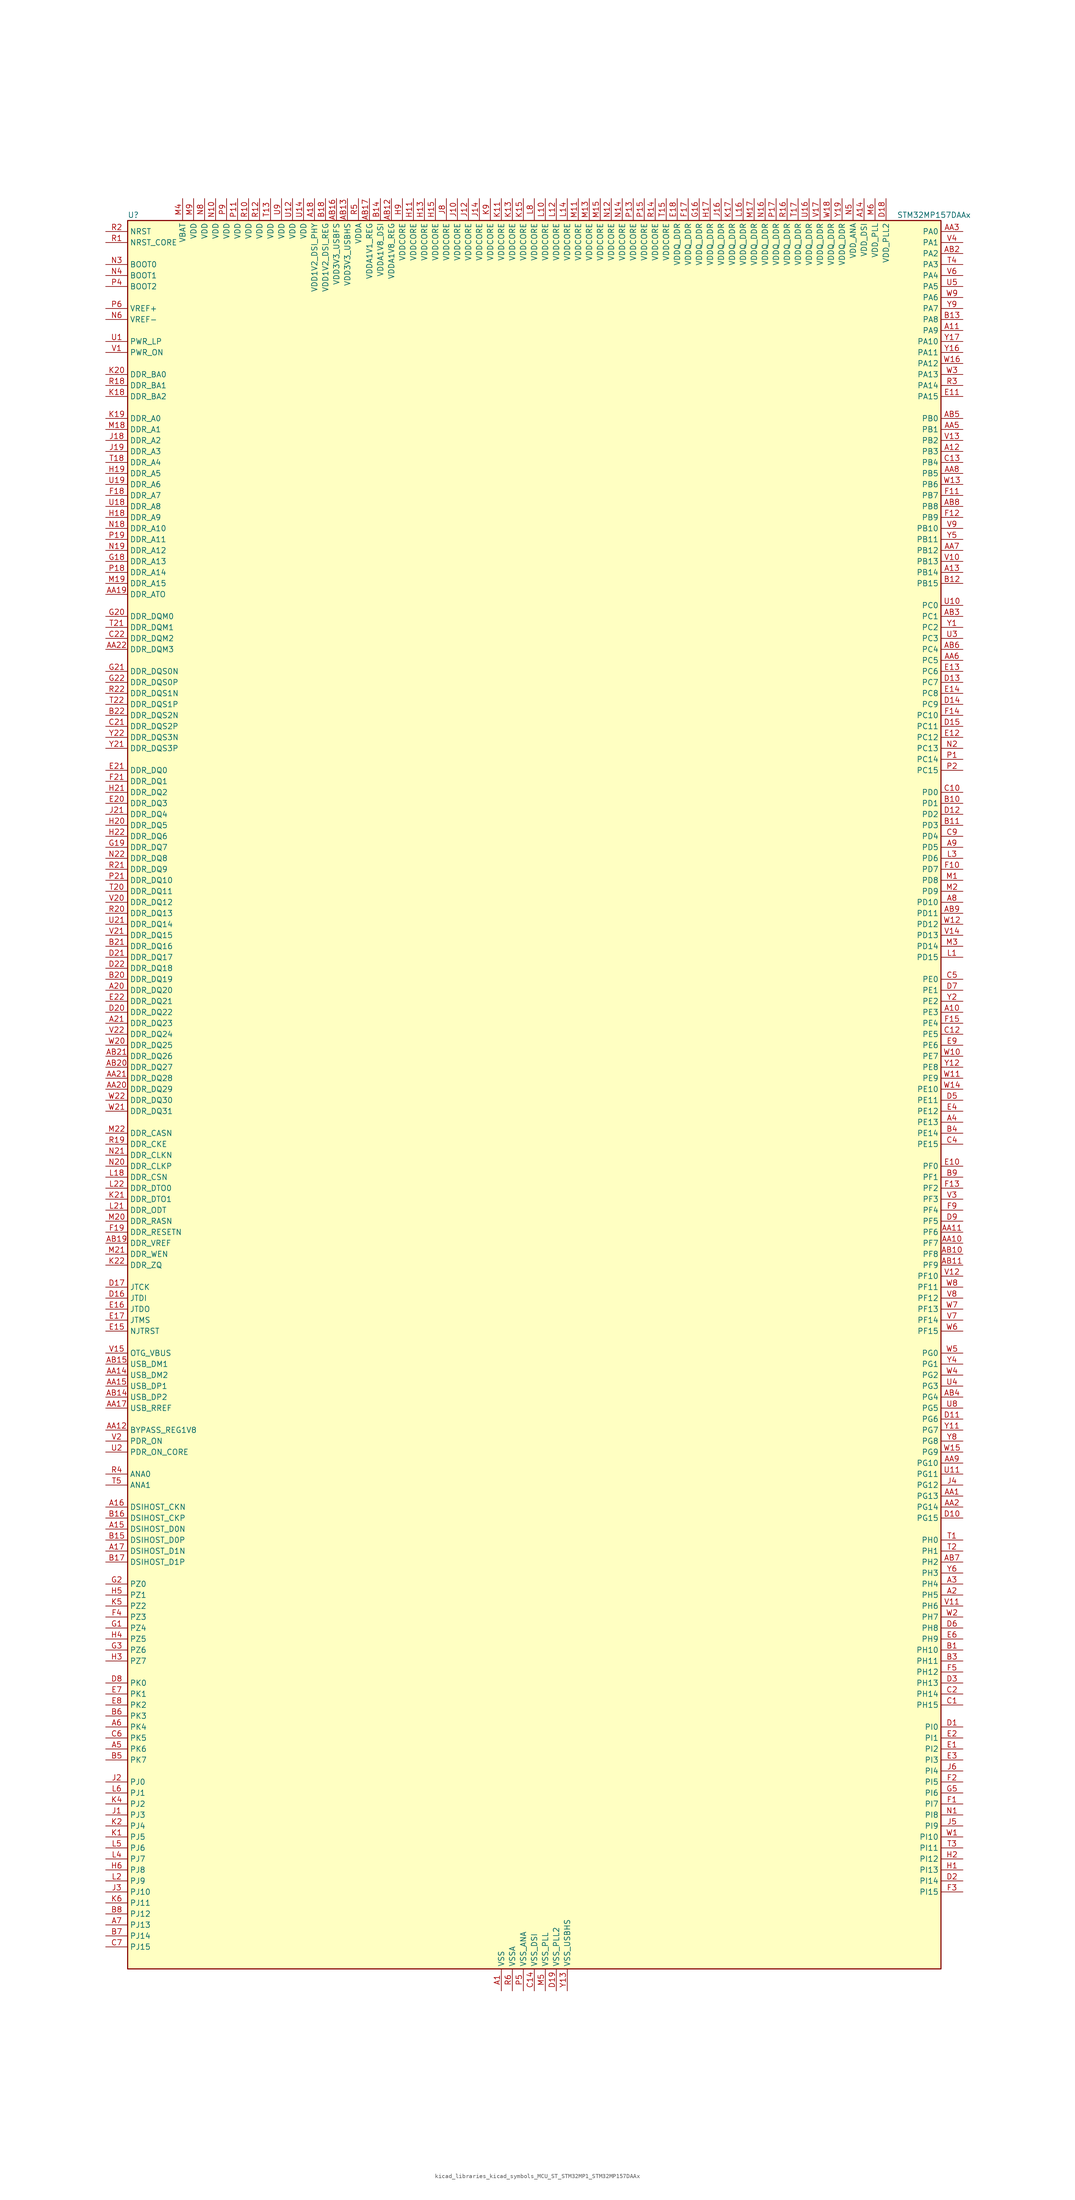
<source format=kicad_sym>
(kicad_symbol_lib
  (version 20220914)
  (generator kicad_symbol_editor)
  (symbol "kicad_libraries_kicad_symbols_MCU_ST_STM32MP1_STM32MP157DAAx"
    (property "Reference" "U"
      (at -93.98 204.47 0)
      (effects (font (size 1.27 1.27)) (justify left)))
    (property "Value" "STM32MP157DAAx"
      (at 83.82 204.47 0)
      (effects (font (size 1.27 1.27)) (justify left)))
    (property "ki_locked" ""
      (at 0 0 0)
      (effects (font (size 1.27 1.27))))
    (symbol "kicad_libraries_kicad_symbols_MCU_ST_STM32MP1_STM32MP157DAAx_0_1"
      (rectangle (start -93.98 -200.66) (end 93.98 203.2) (stroke (width 0.254) (type default)) (fill (type background))))
    (symbol "kicad_libraries_kicad_symbols_MCU_ST_STM32MP1_STM32MP157DAAx_1_1"
      (pin power_in line (at -7.62 -205.74 90) (length 5.08) (name "VSS" (effects (font (size 1.27 1.27)))) (number "A1" (effects (font (size 1.27 1.27)))))
      (pin bidirectional line (at 99.06 20.32 180) (length 5.08) (name "PE3" (effects (font (size 1.27 1.27)))) (number "A10" (effects (font (size 1.27 1.27)))) (alternate "DEBUG_TRACED0" bidirectional line) (alternate "FMC_A19" bidirectional line) (alternate "SAI1_SD_B" bidirectional line) (alternate "SDMMC2_CK" bidirectional line) (alternate "TIM15_BKIN" bidirectional line))
      (pin bidirectional line (at 99.06 177.8 180) (length 5.08) (name "PA9" (effects (font (size 1.27 1.27)))) (number "A11" (effects (font (size 1.27 1.27)))) (alternate "DAC1_EXTI9" bidirectional line) (alternate "DCMI_D0" bidirectional line) (alternate "I2C3_SMBA" bidirectional line) (alternate "I2S2_CK" bidirectional line) (alternate "LTDC_R5" bidirectional line) (alternate "SDMMC2_CDIR" bidirectional line) (alternate "SDMMC2_D5" bidirectional line) (alternate "SPI2_SCK" bidirectional line) (alternate "TIM1_CH2" bidirectional line) (alternate "USART1_TX" bidirectional line))
      (pin bidirectional line (at 99.06 149.86 180) (length 5.08) (name "PB3" (effects (font (size 1.27 1.27)))) (number "A12" (effects (font (size 1.27 1.27)))) (alternate "DEBUG_TRACED9" bidirectional line) (alternate "I2S1_CK" bidirectional line) (alternate "I2S3_CK" bidirectional line) (alternate "SAI4_CK1" bidirectional line) (alternate "SAI4_MCLK_A" bidirectional line) (alternate "SDMMC2_D2" bidirectional line) (alternate "SPI1_SCK" bidirectional line) (alternate "SPI3_SCK" bidirectional line) (alternate "SPI6_SCK" bidirectional line) (alternate "TIM2_CH2" bidirectional line) (alternate "UART7_RX" bidirectional line))
      (pin bidirectional line (at 99.06 121.92 180) (length 5.08) (name "PB14" (effects (font (size 1.27 1.27)))) (number "A13" (effects (font (size 1.27 1.27)))) (alternate "DFSDM1_DATIN2" bidirectional line) (alternate "I2S2_SDI" bidirectional line) (alternate "SDMMC2_D0" bidirectional line) (alternate "SPI2_MISO" bidirectional line) (alternate "TIM12_CH1" bidirectional line) (alternate "TIM1_CH2N" bidirectional line) (alternate "TIM8_CH2N" bidirectional line) (alternate "USART1_TX" bidirectional line) (alternate "USART3_DE" bidirectional line) (alternate "USART3_RTS" bidirectional line))
      (pin power_in line (at 76.2 208.28 270) (length 5.08) (name "VDD_DSI" (effects (font (size 1.27 1.27)))) (number "A14" (effects (font (size 1.27 1.27)))))
      (pin bidirectional line (at -99.06 -99.06 0) (length 5.08) (name "DSIHOST_D0N" (effects (font (size 1.27 1.27)))) (number "A15" (effects (font (size 1.27 1.27)))) (alternate "DSIHOST_D0N" bidirectional line))
      (pin bidirectional line (at -99.06 -93.98 0) (length 5.08) (name "DSIHOST_CKN" (effects (font (size 1.27 1.27)))) (number "A16" (effects (font (size 1.27 1.27)))) (alternate "DSIHOST_CKN" bidirectional line))
      (pin bidirectional line (at -99.06 -104.14 0) (length 5.08) (name "DSIHOST_D1N" (effects (font (size 1.27 1.27)))) (number "A17" (effects (font (size 1.27 1.27)))) (alternate "DSIHOST_D1N" bidirectional line))
      (pin power_in line (at -50.8 208.28 270) (length 5.08) (name "VDD1V2_DSI_PHY" (effects (font (size 1.27 1.27)))) (number "A18" (effects (font (size 1.27 1.27)))))
      (pin passive line (at -7.62 -205.74 90) (length 5.08) hide (name "VSS" (effects (font (size 1.27 1.27)))) (number "A19" (effects (font (size 1.27 1.27)))))
      (pin bidirectional line (at 99.06 -114.3 180) (length 5.08) (name "PH5" (effects (font (size 1.27 1.27)))) (number "A2" (effects (font (size 1.27 1.27)))) (alternate "I2C2_SDA" bidirectional line) (alternate "SAI4_SD_B" bidirectional line) (alternate "SPI5_NSS" bidirectional line))
      (pin bidirectional line (at -99.06 25.4 0) (length 5.08) (name "DDR_DQ20" (effects (font (size 1.27 1.27)))) (number "A20" (effects (font (size 1.27 1.27)))) (alternate "DDR_DQ20" bidirectional line))
      (pin bidirectional line (at -99.06 17.78 0) (length 5.08) (name "DDR_DQ23" (effects (font (size 1.27 1.27)))) (number "A21" (effects (font (size 1.27 1.27)))) (alternate "DDR_DQ23" bidirectional line))
      (pin passive line (at -7.62 -205.74 90) (length 5.08) hide (name "VSS" (effects (font (size 1.27 1.27)))) (number "A22" (effects (font (size 1.27 1.27)))))
      (pin bidirectional line (at 99.06 -111.76 180) (length 5.08) (name "PH4" (effects (font (size 1.27 1.27)))) (number "A3" (effects (font (size 1.27 1.27)))) (alternate "I2C2_SCL" bidirectional line) (alternate "LTDC_G4" bidirectional line) (alternate "LTDC_G5" bidirectional line))
      (pin bidirectional line (at 99.06 -5.08 180) (length 5.08) (name "PE13" (effects (font (size 1.27 1.27)))) (number "A4" (effects (font (size 1.27 1.27)))) (alternate "DCMI_D6" bidirectional line) (alternate "DFSDM1_CKIN5" bidirectional line) (alternate "FMC_D10" bidirectional line) (alternate "FMC_DA10" bidirectional line) (alternate "HDP_HDP2" bidirectional line) (alternate "LTDC_DE" bidirectional line) (alternate "SAI2_FS_B" bidirectional line) (alternate "SPI4_MISO" bidirectional line) (alternate "TIM1_CH3" bidirectional line))
      (pin bidirectional line (at -99.06 -149.86 0) (length 5.08) (name "PK6" (effects (font (size 1.27 1.27)))) (number "A5" (effects (font (size 1.27 1.27)))) (alternate "DEBUG_TRACED7" bidirectional line) (alternate "HDP_HDP7" bidirectional line) (alternate "LTDC_B7" bidirectional line))
      (pin bidirectional line (at -99.06 -144.78 0) (length 5.08) (name "PK4" (effects (font (size 1.27 1.27)))) (number "A6" (effects (font (size 1.27 1.27)))) (alternate "LTDC_B5" bidirectional line))
      (pin bidirectional line (at -99.06 -190.5 0) (length 5.08) (name "PJ13" (effects (font (size 1.27 1.27)))) (number "A7" (effects (font (size 1.27 1.27)))) (alternate "LTDC_B1" bidirectional line) (alternate "LTDC_G4" bidirectional line))
      (pin bidirectional line (at 99.06 45.72 180) (length 5.08) (name "PD10" (effects (font (size 1.27 1.27)))) (number "A8" (effects (font (size 1.27 1.27)))) (alternate "DFSDM1_CKOUT" bidirectional line) (alternate "FMC_D15" bidirectional line) (alternate "FMC_DA15" bidirectional line) (alternate "I2C5_SMBA" bidirectional line) (alternate "I2S3_SDI" bidirectional line) (alternate "LTDC_B3" bidirectional line) (alternate "RTC_REFIN" bidirectional line) (alternate "SAI3_FS_B" bidirectional line) (alternate "SPI3_MISO" bidirectional line) (alternate "TIM16_BKIN" bidirectional line) (alternate "USART3_CK" bidirectional line))
      (pin bidirectional line (at 99.06 58.42 180) (length 5.08) (name "PD5" (effects (font (size 1.27 1.27)))) (number "A9" (effects (font (size 1.27 1.27)))) (alternate "FMC_NWE" bidirectional line) (alternate "SDMMC3_D2" bidirectional line) (alternate "USART2_TX" bidirectional line))
      (pin bidirectional line (at 99.06 -91.44 180) (length 5.08) (name "PG13" (effects (font (size 1.27 1.27)))) (number "AA1" (effects (font (size 1.27 1.27)))) (alternate "DEBUG_TRACED0" bidirectional line) (alternate "ETH1_TXD0" bidirectional line) (alternate "FMC_A24" bidirectional line) (alternate "LPTIM1_OUT" bidirectional line) (alternate "LTDC_R0" bidirectional line) (alternate "SAI1_CK2" bidirectional line) (alternate "SAI1_SCK_A" bidirectional line) (alternate "SAI4_CK1" bidirectional line) (alternate "SAI4_MCLK_A" bidirectional line) (alternate "SPI6_SCK" bidirectional line) (alternate "USART6_CTS" bidirectional line) (alternate "USART6_NSS" bidirectional line))
      (pin bidirectional line (at 99.06 -33.02 180) (length 5.08) (name "PF7" (effects (font (size 1.27 1.27)))) (number "AA10" (effects (font (size 1.27 1.27)))) (alternate "QUADSPI_BK1_IO2" bidirectional line) (alternate "SAI1_MCLK_B" bidirectional line) (alternate "SPI5_SCK" bidirectional line) (alternate "TIM17_CH1" bidirectional line) (alternate "UART7_TX" bidirectional line))
      (pin bidirectional line (at 99.06 -30.48 180) (length 5.08) (name "PF6" (effects (font (size 1.27 1.27)))) (number "AA11" (effects (font (size 1.27 1.27)))) (alternate "QUADSPI_BK1_IO3" bidirectional line) (alternate "SAI1_SD_B" bidirectional line) (alternate "SAI4_SCK_B" bidirectional line) (alternate "SPI5_NSS" bidirectional line) (alternate "TIM16_CH1" bidirectional line) (alternate "UART7_RX" bidirectional line))
      (pin bidirectional line (at -99.06 -76.2 0) (length 5.08) (name "BYPASS_REG1V8" (effects (font (size 1.27 1.27)))) (number "AA12" (effects (font (size 1.27 1.27)))))
      (pin passive line (at 7.62 -205.74 90) (length 5.08) hide (name "VSS_USBHS" (effects (font (size 1.27 1.27)))) (number "AA13" (effects (font (size 1.27 1.27)))))
      (pin bidirectional line (at -99.06 -63.5 0) (length 5.08) (name "USB_DM2" (effects (font (size 1.27 1.27)))) (number "AA14" (effects (font (size 1.27 1.27)))) (alternate "USBH_HS2_DM" bidirectional line) (alternate "USB_OTG_HS_DM" bidirectional line))
      (pin bidirectional line (at -99.06 -66.04 0) (length 5.08) (name "USB_DP1" (effects (font (size 1.27 1.27)))) (number "AA15" (effects (font (size 1.27 1.27)))) (alternate "USBH_HS1_DP" bidirectional line))
      (pin passive line (at 7.62 -205.74 90) (length 5.08) hide (name "VSS_USBHS" (effects (font (size 1.27 1.27)))) (number "AA16" (effects (font (size 1.27 1.27)))))
      (pin bidirectional line (at -99.06 -71.12 0) (length 5.08) (name "USB_RREF" (effects (font (size 1.27 1.27)))) (number "AA17" (effects (font (size 1.27 1.27)))))
      (pin passive line (at -7.62 -205.74 90) (length 5.08) hide (name "VSS" (effects (font (size 1.27 1.27)))) (number "AA18" (effects (font (size 1.27 1.27)))))
      (pin bidirectional line (at -99.06 116.84 0) (length 5.08) (name "DDR_ATO" (effects (font (size 1.27 1.27)))) (number "AA19" (effects (font (size 1.27 1.27)))) (alternate "DDR_ATO" bidirectional line))
      (pin bidirectional line (at 99.06 -93.98 180) (length 5.08) (name "PG14" (effects (font (size 1.27 1.27)))) (number "AA2" (effects (font (size 1.27 1.27)))) (alternate "DEBUG_TRACED1" bidirectional line) (alternate "ETH1_TXD1" bidirectional line) (alternate "FMC_A25" bidirectional line) (alternate "LPTIM1_ETR" bidirectional line) (alternate "LTDC_B0" bidirectional line) (alternate "QUADSPI_BK2_IO3" bidirectional line) (alternate "SAI4_D1" bidirectional line) (alternate "SAI4_SD_A" bidirectional line) (alternate "SPI6_MOSI" bidirectional line) (alternate "USART6_TX" bidirectional line))
      (pin bidirectional line (at -99.06 2.54 0) (length 5.08) (name "DDR_DQ29" (effects (font (size 1.27 1.27)))) (number "AA20" (effects (font (size 1.27 1.27)))) (alternate "DDR_DQ29" bidirectional line))
      (pin bidirectional line (at -99.06 5.08 0) (length 5.08) (name "DDR_DQ28" (effects (font (size 1.27 1.27)))) (number "AA21" (effects (font (size 1.27 1.27)))) (alternate "DDR_DQ28" bidirectional line))
      (pin bidirectional line (at -99.06 104.14 0) (length 5.08) (name "DDR_DQM3" (effects (font (size 1.27 1.27)))) (number "AA22" (effects (font (size 1.27 1.27)))) (alternate "DDR_DQM3" bidirectional line))
      (pin bidirectional line (at 99.06 200.66 180) (length 5.08) (name "PA0" (effects (font (size 1.27 1.27)))) (number "AA3" (effects (font (size 1.27 1.27)))) (alternate "ADC1_INP16" bidirectional line) (alternate "ETH1_CRS" bidirectional line) (alternate "PWR_WKUP1" bidirectional line) (alternate "SAI2_SD_B" bidirectional line) (alternate "SDMMC2_CMD" bidirectional line) (alternate "TIM15_BKIN" bidirectional line) (alternate "TIM2_CH1" bidirectional line) (alternate "TIM2_ETR" bidirectional line) (alternate "TIM5_CH1" bidirectional line) (alternate "TIM8_ETR" bidirectional line) (alternate "UART4_TX" bidirectional line) (alternate "USART2_CTS" bidirectional line) (alternate "USART2_NSS" bidirectional line))
      (pin passive line (at -7.62 -205.74 90) (length 5.08) hide (name "VSS" (effects (font (size 1.27 1.27)))) (number "AA4" (effects (font (size 1.27 1.27)))))
      (pin bidirectional line (at 99.06 154.94 180) (length 5.08) (name "PB1" (effects (font (size 1.27 1.27)))) (number "AA5" (effects (font (size 1.27 1.27)))) (alternate "ADC1_INP5" bidirectional line) (alternate "ADC2_INP5" bidirectional line) (alternate "DFSDM1_DATIN1" bidirectional line) (alternate "ETH1_RXD3" bidirectional line) (alternate "LTDC_G0" bidirectional line) (alternate "LTDC_R6" bidirectional line) (alternate "TIM1_CH3N" bidirectional line) (alternate "TIM3_CH4" bidirectional line) (alternate "TIM8_CH3N" bidirectional line))
      (pin bidirectional line (at 99.06 101.6 180) (length 5.08) (name "PC5" (effects (font (size 1.27 1.27)))) (number "AA6" (effects (font (size 1.27 1.27)))) (alternate "ADC1_INN4" bidirectional line) (alternate "ADC1_INP8" bidirectional line) (alternate "ADC2_INN4" bidirectional line) (alternate "ADC2_INP8" bidirectional line) (alternate "DFSDM1_DATIN2" bidirectional line) (alternate "ETH1_RXD1" bidirectional line) (alternate "SAI1_D3" bidirectional line) (alternate "SAI1_D4" bidirectional line) (alternate "SAI4_D3" bidirectional line) (alternate "SAI4_D4" bidirectional line) (alternate "SPDIFRX_IN3" bidirectional line))
      (pin bidirectional line (at 99.06 127 180) (length 5.08) (name "PB12" (effects (font (size 1.27 1.27)))) (number "AA7" (effects (font (size 1.27 1.27)))) (alternate "DFSDM1_DATIN1" bidirectional line) (alternate "ETH1_TXD0" bidirectional line) (alternate "FDCAN2_RX" bidirectional line) (alternate "I2C2_SMBA" bidirectional line) (alternate "I2C6_SMBA" bidirectional line) (alternate "I2S2_WS" bidirectional line) (alternate "SPI2_NSS" bidirectional line) (alternate "TIM1_BKIN" bidirectional line) (alternate "UART5_RX" bidirectional line) (alternate "USART3_CK" bidirectional line) (alternate "USART3_RX" bidirectional line))
      (pin bidirectional line (at 99.06 144.78 180) (length 5.08) (name "PB5" (effects (font (size 1.27 1.27)))) (number "AA8" (effects (font (size 1.27 1.27)))) (alternate "DCMI_D10" bidirectional line) (alternate "ETH1_CLK" bidirectional line) (alternate "ETH1_PPS_OUT" bidirectional line) (alternate "FDCAN2_RX" bidirectional line) (alternate "I2C1_SMBA" bidirectional line) (alternate "I2C4_SMBA" bidirectional line) (alternate "I2S1_SDO" bidirectional line) (alternate "I2S3_SDO" bidirectional line) (alternate "LTDC_G7" bidirectional line) (alternate "SAI4_D1" bidirectional line) (alternate "SAI4_SD_A" bidirectional line) (alternate "SPI1_MOSI" bidirectional line) (alternate "SPI3_MOSI" bidirectional line) (alternate "SPI6_MOSI" bidirectional line) (alternate "TIM17_BKIN" bidirectional line) (alternate "TIM3_CH2" bidirectional line) (alternate "UART5_RX" bidirectional line))
      (pin bidirectional line (at 99.06 -83.82 180) (length 5.08) (name "PG10" (effects (font (size 1.27 1.27)))) (number "AA9" (effects (font (size 1.27 1.27)))) (alternate "DCMI_D2" bidirectional line) (alternate "DEBUG_TRACED10" bidirectional line) (alternate "FMC_NE3" bidirectional line) (alternate "LTDC_B2" bidirectional line) (alternate "LTDC_G3" bidirectional line) (alternate "QUADSPI_BK2_IO2" bidirectional line) (alternate "SAI2_SD_B" bidirectional line) (alternate "UART8_CTS" bidirectional line))
      (pin passive line (at -7.62 -205.74 90) (length 5.08) hide (name "VSS" (effects (font (size 1.27 1.27)))) (number "AB1" (effects (font (size 1.27 1.27)))))
      (pin bidirectional line (at 99.06 -35.56 180) (length 5.08) (name "PF8" (effects (font (size 1.27 1.27)))) (number "AB10" (effects (font (size 1.27 1.27)))) (alternate "DEBUG_TRACED12" bidirectional line) (alternate "QUADSPI_BK1_IO0" bidirectional line) (alternate "SAI1_SCK_B" bidirectional line) (alternate "SPI5_MISO" bidirectional line) (alternate "TIM13_CH1" bidirectional line) (alternate "TIM16_CH1N" bidirectional line) (alternate "UART7_DE" bidirectional line) (alternate "UART7_RTS" bidirectional line))
      (pin bidirectional line (at 99.06 -38.1 180) (length 5.08) (name "PF9" (effects (font (size 1.27 1.27)))) (number "AB11" (effects (font (size 1.27 1.27)))) (alternate "DAC1_EXTI9" bidirectional line) (alternate "DEBUG_TRACED13" bidirectional line) (alternate "QUADSPI_BK1_IO1" bidirectional line) (alternate "SAI1_FS_B" bidirectional line) (alternate "SPI5_MOSI" bidirectional line) (alternate "TIM14_CH1" bidirectional line) (alternate "TIM17_CH1N" bidirectional line) (alternate "UART7_CTS" bidirectional line))
      (pin power_in line (at -33.02 208.28 270) (length 5.08) (name "VDDA1V8_REG" (effects (font (size 1.27 1.27)))) (number "AB12" (effects (font (size 1.27 1.27)))))
      (pin power_in line (at -43.18 208.28 270) (length 5.08) (name "VDD3V3_USBHS" (effects (font (size 1.27 1.27)))) (number "AB13" (effects (font (size 1.27 1.27)))))
      (pin bidirectional line (at -99.06 -68.58 0) (length 5.08) (name "USB_DP2" (effects (font (size 1.27 1.27)))) (number "AB14" (effects (font (size 1.27 1.27)))) (alternate "USBH_HS2_DP" bidirectional line) (alternate "USB_OTG_HS_DP" bidirectional line))
      (pin bidirectional line (at -99.06 -60.96 0) (length 5.08) (name "USB_DM1" (effects (font (size 1.27 1.27)))) (number "AB15" (effects (font (size 1.27 1.27)))) (alternate "USBH_HS1_DM" bidirectional line))
      (pin power_in line (at -45.72 208.28 270) (length 5.08) (name "VDD3V3_USBFS" (effects (font (size 1.27 1.27)))) (number "AB16" (effects (font (size 1.27 1.27)))))
      (pin power_in line (at -38.1 208.28 270) (length 5.08) (name "VDDA1V1_REG" (effects (font (size 1.27 1.27)))) (number "AB17" (effects (font (size 1.27 1.27)))))
      (pin passive line (at -7.62 -205.74 90) (length 5.08) hide (name "VSS" (effects (font (size 1.27 1.27)))) (number "AB18" (effects (font (size 1.27 1.27)))))
      (pin bidirectional line (at -99.06 -33.02 0) (length 5.08) (name "DDR_VREF" (effects (font (size 1.27 1.27)))) (number "AB19" (effects (font (size 1.27 1.27)))) (alternate "DDR_VREF" bidirectional line))
      (pin bidirectional line (at 99.06 195.58 180) (length 5.08) (name "PA2" (effects (font (size 1.27 1.27)))) (number "AB2" (effects (font (size 1.27 1.27)))) (alternate "ADC1_INP14" bidirectional line) (alternate "ETH1_MDIO" bidirectional line) (alternate "LPTIM4_OUT" bidirectional line) (alternate "LTDC_R1" bidirectional line) (alternate "PWR_WKUP2" bidirectional line) (alternate "SAI2_SCK_B" bidirectional line) (alternate "SDMMC2_D0DIR" bidirectional line) (alternate "TIM15_CH1" bidirectional line) (alternate "TIM2_CH3" bidirectional line) (alternate "TIM5_CH3" bidirectional line) (alternate "USART2_TX" bidirectional line))
      (pin bidirectional line (at -99.06 7.62 0) (length 5.08) (name "DDR_DQ27" (effects (font (size 1.27 1.27)))) (number "AB20" (effects (font (size 1.27 1.27)))) (alternate "DDR_DQ27" bidirectional line))
      (pin bidirectional line (at -99.06 10.16 0) (length 5.08) (name "DDR_DQ26" (effects (font (size 1.27 1.27)))) (number "AB21" (effects (font (size 1.27 1.27)))) (alternate "DDR_DQ26" bidirectional line))
      (pin passive line (at -7.62 -205.74 90) (length 5.08) hide (name "VSS" (effects (font (size 1.27 1.27)))) (number "AB22" (effects (font (size 1.27 1.27)))))
      (pin bidirectional line (at 99.06 111.76 180) (length 5.08) (name "PC1" (effects (font (size 1.27 1.27)))) (number "AB3" (effects (font (size 1.27 1.27)))) (alternate "ADC1_INN10" bidirectional line) (alternate "ADC1_INP11" bidirectional line) (alternate "ADC2_INN10" bidirectional line) (alternate "ADC2_INP11" bidirectional line) (alternate "DEBUG_TRACED0" bidirectional line) (alternate "DFSDM1_CKIN4" bidirectional line) (alternate "DFSDM1_DATIN0" bidirectional line) (alternate "ETH1_MDC" bidirectional line) (alternate "I2S2_SDO" bidirectional line) (alternate "PWR_WKUP6" bidirectional line) (alternate "SAI1_D1" bidirectional line) (alternate "SAI1_SD_A" bidirectional line) (alternate "SDMMC2_CK" bidirectional line) (alternate "SPI2_MOSI" bidirectional line) (alternate "TAMP_IN3" bidirectional line))
      (pin bidirectional line (at 99.06 -68.58 180) (length 5.08) (name "PG4" (effects (font (size 1.27 1.27)))) (number "AB4" (effects (font (size 1.27 1.27)))) (alternate "ETH1_GTX_CLK" bidirectional line) (alternate "FMC_A14" bidirectional line) (alternate "TIM1_BKIN2" bidirectional line))
      (pin bidirectional line (at 99.06 157.48 180) (length 5.08) (name "PB0" (effects (font (size 1.27 1.27)))) (number "AB5" (effects (font (size 1.27 1.27)))) (alternate "ADC1_INN5" bidirectional line) (alternate "ADC1_INP9" bidirectional line) (alternate "ADC2_INN5" bidirectional line) (alternate "ADC2_INP9" bidirectional line) (alternate "DFSDM1_CKOUT" bidirectional line) (alternate "ETH1_RXD2" bidirectional line) (alternate "LTDC_G1" bidirectional line) (alternate "LTDC_R3" bidirectional line) (alternate "TIM1_CH2N" bidirectional line) (alternate "TIM3_CH3" bidirectional line) (alternate "TIM8_CH2N" bidirectional line) (alternate "UART4_CTS" bidirectional line))
      (pin bidirectional line (at 99.06 104.14 180) (length 5.08) (name "PC4" (effects (font (size 1.27 1.27)))) (number "AB6" (effects (font (size 1.27 1.27)))) (alternate "ADC1_INP4" bidirectional line) (alternate "ADC2_INP4" bidirectional line) (alternate "DFSDM1_CKIN2" bidirectional line) (alternate "ETH1_RXD0" bidirectional line) (alternate "I2S1_MCK" bidirectional line) (alternate "SPDIFRX_IN2" bidirectional line))
      (pin bidirectional line (at 99.06 -106.68 180) (length 5.08) (name "PH2" (effects (font (size 1.27 1.27)))) (number "AB7" (effects (font (size 1.27 1.27)))) (alternate "ETH1_CRS" bidirectional line) (alternate "LPTIM1_IN2" bidirectional line) (alternate "LTDC_R0" bidirectional line) (alternate "QUADSPI_BK2_IO0" bidirectional line) (alternate "SAI2_SCK_B" bidirectional line))
      (pin bidirectional line (at 99.06 137.16 180) (length 5.08) (name "PB8" (effects (font (size 1.27 1.27)))) (number "AB8" (effects (font (size 1.27 1.27)))) (alternate "DCMI_D6" bidirectional line) (alternate "DFSDM1_CKIN7" bidirectional line) (alternate "ETH1_TXD3" bidirectional line) (alternate "FDCAN1_RX" bidirectional line) (alternate "HDP_HDP6" bidirectional line) (alternate "I2C1_SCL" bidirectional line) (alternate "I2C4_SCL" bidirectional line) (alternate "LTDC_B6" bidirectional line) (alternate "SDMMC1_CKIN" bidirectional line) (alternate "SDMMC1_D4" bidirectional line) (alternate "SDMMC2_CKIN" bidirectional line) (alternate "SDMMC2_D4" bidirectional line) (alternate "TIM16_CH1" bidirectional line) (alternate "TIM4_CH3" bidirectional line) (alternate "UART4_RX" bidirectional line))
      (pin bidirectional line (at 99.06 43.18 180) (length 5.08) (name "PD11" (effects (font (size 1.27 1.27)))) (number "AB9" (effects (font (size 1.27 1.27)))) (alternate "ADC1_EXTI11" bidirectional line) (alternate "ADC2_EXTI11" bidirectional line) (alternate "FMC_A16" bidirectional line) (alternate "FMC_CLE" bidirectional line) (alternate "I2C1_SMBA" bidirectional line) (alternate "I2C4_SMBA" bidirectional line) (alternate "LPTIM2_IN2" bidirectional line) (alternate "QUADSPI_BK1_IO0" bidirectional line) (alternate "SAI2_SD_A" bidirectional line) (alternate "USART3_CTS" bidirectional line) (alternate "USART3_NSS" bidirectional line))
      (pin bidirectional line (at 99.06 -127 180) (length 5.08) (name "PH10" (effects (font (size 1.27 1.27)))) (number "B1" (effects (font (size 1.27 1.27)))) (alternate "DCMI_D1" bidirectional line) (alternate "I2C1_SMBA" bidirectional line) (alternate "I2C4_SMBA" bidirectional line) (alternate "LTDC_R4" bidirectional line) (alternate "TIM5_CH1" bidirectional line))
      (pin bidirectional line (at 99.06 68.58 180) (length 5.08) (name "PD1" (effects (font (size 1.27 1.27)))) (number "B10" (effects (font (size 1.27 1.27)))) (alternate "DFSDM1_CKIN7" bidirectional line) (alternate "DFSDM1_DATIN6" bidirectional line) (alternate "FDCAN1_TX" bidirectional line) (alternate "FMC_D3" bidirectional line) (alternate "FMC_DA3" bidirectional line) (alternate "I2C5_SCL" bidirectional line) (alternate "I2C6_SCL" bidirectional line) (alternate "SAI3_SD_A" bidirectional line) (alternate "SDMMC3_D0" bidirectional line) (alternate "UART4_TX" bidirectional line))
      (pin bidirectional line (at 99.06 63.5 180) (length 5.08) (name "PD3" (effects (font (size 1.27 1.27)))) (number "B11" (effects (font (size 1.27 1.27)))) (alternate "DCMI_D5" bidirectional line) (alternate "DFSDM1_CKOUT" bidirectional line) (alternate "DFSDM1_DATIN0" bidirectional line) (alternate "FMC_CLK" bidirectional line) (alternate "HDP_HDP5" bidirectional line) (alternate "I2S2_CK" bidirectional line) (alternate "LTDC_G7" bidirectional line) (alternate "SDMMC1_D123DIR" bidirectional line) (alternate "SDMMC1_D7" bidirectional line) (alternate "SDMMC2_D123DIR" bidirectional line) (alternate "SDMMC2_D7" bidirectional line) (alternate "SPI2_SCK" bidirectional line) (alternate "USART2_CTS" bidirectional line) (alternate "USART2_NSS" bidirectional line))
      (pin bidirectional line (at 99.06 119.38 180) (length 5.08) (name "PB15" (effects (font (size 1.27 1.27)))) (number "B12" (effects (font (size 1.27 1.27)))) (alternate "ADC1_EXTI15" bidirectional line) (alternate "ADC2_EXTI15" bidirectional line) (alternate "DFSDM1_CKIN2" bidirectional line) (alternate "I2S2_SDO" bidirectional line) (alternate "RTC_REFIN" bidirectional line) (alternate "SDMMC2_D1" bidirectional line) (alternate "SPI2_MOSI" bidirectional line) (alternate "TIM12_CH2" bidirectional line) (alternate "TIM1_CH3N" bidirectional line) (alternate "TIM8_CH3N" bidirectional line) (alternate "USART1_RX" bidirectional line))
      (pin bidirectional line (at 99.06 180.34 180) (length 5.08) (name "PA8" (effects (font (size 1.27 1.27)))) (number "B13" (effects (font (size 1.27 1.27)))) (alternate "I2C3_SCL" bidirectional line) (alternate "I2S3_SDO" bidirectional line) (alternate "LTDC_R6" bidirectional line) (alternate "RCC_MCO_1" bidirectional line) (alternate "SAI4_SD_B" bidirectional line) (alternate "SDMMC2_CKIN" bidirectional line) (alternate "SDMMC2_D4" bidirectional line) (alternate "SPI3_MOSI" bidirectional line) (alternate "TIM1_CH1" bidirectional line) (alternate "TIM8_BKIN2" bidirectional line) (alternate "UART7_RX" bidirectional line) (alternate "USART1_CK" bidirectional line) (alternate "USB_OTG_HS_SOF" bidirectional line))
      (pin power_in line (at -35.56 208.28 270) (length 5.08) (name "VDDA1V8_DSI" (effects (font (size 1.27 1.27)))) (number "B14" (effects (font (size 1.27 1.27)))))
      (pin bidirectional line (at -99.06 -101.6 0) (length 5.08) (name "DSIHOST_D0P" (effects (font (size 1.27 1.27)))) (number "B15" (effects (font (size 1.27 1.27)))) (alternate "DSIHOST_D0P" bidirectional line))
      (pin bidirectional line (at -99.06 -96.52 0) (length 5.08) (name "DSIHOST_CKP" (effects (font (size 1.27 1.27)))) (number "B16" (effects (font (size 1.27 1.27)))) (alternate "DSIHOST_CKP" bidirectional line))
      (pin bidirectional line (at -99.06 -106.68 0) (length 5.08) (name "DSIHOST_D1P" (effects (font (size 1.27 1.27)))) (number "B17" (effects (font (size 1.27 1.27)))) (alternate "DSIHOST_D1P" bidirectional line))
      (pin power_in line (at -48.26 208.28 270) (length 5.08) (name "VDD1V2_DSI_REG" (effects (font (size 1.27 1.27)))) (number "B18" (effects (font (size 1.27 1.27)))))
      (pin passive line (at -7.62 -205.74 90) (length 5.08) hide (name "VSS" (effects (font (size 1.27 1.27)))) (number "B19" (effects (font (size 1.27 1.27)))))
      (pin passive line (at -7.62 -205.74 90) (length 5.08) hide (name "VSS" (effects (font (size 1.27 1.27)))) (number "B2" (effects (font (size 1.27 1.27)))))
      (pin bidirectional line (at -99.06 27.94 0) (length 5.08) (name "DDR_DQ19" (effects (font (size 1.27 1.27)))) (number "B20" (effects (font (size 1.27 1.27)))) (alternate "DDR_DQ19" bidirectional line))
      (pin bidirectional line (at -99.06 35.56 0) (length 5.08) (name "DDR_DQ16" (effects (font (size 1.27 1.27)))) (number "B21" (effects (font (size 1.27 1.27)))) (alternate "DDR_DQ16" bidirectional line))
      (pin bidirectional line (at -99.06 88.9 0) (length 5.08) (name "DDR_DQS2N" (effects (font (size 1.27 1.27)))) (number "B22" (effects (font (size 1.27 1.27)))) (alternate "DDR_DQS2N" bidirectional line))
      (pin bidirectional line (at 99.06 -129.54 180) (length 5.08) (name "PH11" (effects (font (size 1.27 1.27)))) (number "B3" (effects (font (size 1.27 1.27)))) (alternate "ADC1_EXTI11" bidirectional line) (alternate "ADC2_EXTI11" bidirectional line) (alternate "DCMI_D2" bidirectional line) (alternate "I2C1_SCL" bidirectional line) (alternate "I2C4_SCL" bidirectional line) (alternate "LTDC_R5" bidirectional line) (alternate "TIM5_CH2" bidirectional line))
      (pin bidirectional line (at 99.06 -7.62 180) (length 5.08) (name "PE14" (effects (font (size 1.27 1.27)))) (number "B4" (effects (font (size 1.27 1.27)))) (alternate "FMC_D11" bidirectional line) (alternate "FMC_DA11" bidirectional line) (alternate "LTDC_CLK" bidirectional line) (alternate "LTDC_G0" bidirectional line) (alternate "SAI2_MCLK_B" bidirectional line) (alternate "SDMMC1_D123DIR" bidirectional line) (alternate "SPI4_MOSI" bidirectional line) (alternate "TIM1_CH4" bidirectional line) (alternate "UART8_DE" bidirectional line) (alternate "UART8_RTS" bidirectional line))
      (pin bidirectional line (at -99.06 -152.4 0) (length 5.08) (name "PK7" (effects (font (size 1.27 1.27)))) (number "B5" (effects (font (size 1.27 1.27)))) (alternate "LTDC_DE" bidirectional line))
      (pin bidirectional line (at -99.06 -142.24 0) (length 5.08) (name "PK3" (effects (font (size 1.27 1.27)))) (number "B6" (effects (font (size 1.27 1.27)))) (alternate "LTDC_B4" bidirectional line))
      (pin bidirectional line (at -99.06 -193.04 0) (length 5.08) (name "PJ14" (effects (font (size 1.27 1.27)))) (number "B7" (effects (font (size 1.27 1.27)))) (alternate "LTDC_B2" bidirectional line))
      (pin bidirectional line (at -99.06 -187.96 0) (length 5.08) (name "PJ12" (effects (font (size 1.27 1.27)))) (number "B8" (effects (font (size 1.27 1.27)))) (alternate "LTDC_B0" bidirectional line) (alternate "LTDC_G3" bidirectional line))
      (pin bidirectional line (at 99.06 -17.78 180) (length 5.08) (name "PF1" (effects (font (size 1.27 1.27)))) (number "B9" (effects (font (size 1.27 1.27)))) (alternate "FMC_A1" bidirectional line) (alternate "I2C2_SCL" bidirectional line) (alternate "SDMMC3_CDIR" bidirectional line) (alternate "SDMMC3_CMD" bidirectional line))
      (pin bidirectional line (at 99.06 -139.7 180) (length 5.08) (name "PH15" (effects (font (size 1.27 1.27)))) (number "C1" (effects (font (size 1.27 1.27)))) (alternate "ADC1_EXTI15" bidirectional line) (alternate "ADC2_EXTI15" bidirectional line) (alternate "DCMI_D11" bidirectional line) (alternate "LTDC_G4" bidirectional line) (alternate "TIM8_CH3N" bidirectional line))
      (pin bidirectional line (at 99.06 71.12 180) (length 5.08) (name "PD0" (effects (font (size 1.27 1.27)))) (number "C10" (effects (font (size 1.27 1.27)))) (alternate "DFSDM1_CKIN6" bidirectional line) (alternate "DFSDM1_DATIN7" bidirectional line) (alternate "FDCAN1_RX" bidirectional line) (alternate "FMC_D2" bidirectional line) (alternate "FMC_DA2" bidirectional line) (alternate "I2C5_SDA" bidirectional line) (alternate "I2C6_SDA" bidirectional line) (alternate "SAI3_SCK_A" bidirectional line) (alternate "SDMMC3_CMD" bidirectional line) (alternate "UART4_RX" bidirectional line))
      (pin passive line (at -7.62 -205.74 90) (length 5.08) hide (name "VSS" (effects (font (size 1.27 1.27)))) (number "C11" (effects (font (size 1.27 1.27)))))
      (pin bidirectional line (at 99.06 15.24 180) (length 5.08) (name "PE5" (effects (font (size 1.27 1.27)))) (number "C12" (effects (font (size 1.27 1.27)))) (alternate "DCMI_D6" bidirectional line) (alternate "DEBUG_TRACED3" bidirectional line) (alternate "DFSDM1_CKIN3" bidirectional line) (alternate "FMC_A21" bidirectional line) (alternate "LTDC_G0" bidirectional line) (alternate "SAI1_CK2" bidirectional line) (alternate "SAI1_SCK_A" bidirectional line) (alternate "SDMMC1_D0DIR" bidirectional line) (alternate "SDMMC1_D6" bidirectional line) (alternate "SDMMC2_D0DIR" bidirectional line) (alternate "SDMMC2_D6" bidirectional line) (alternate "SPI4_MISO" bidirectional line) (alternate "TIM15_CH1" bidirectional line))
      (pin bidirectional line (at 99.06 147.32 180) (length 5.08) (name "PB4" (effects (font (size 1.27 1.27)))) (number "C13" (effects (font (size 1.27 1.27)))) (alternate "DEBUG_TRACED8" bidirectional line) (alternate "I2S1_SDI" bidirectional line) (alternate "I2S2_WS" bidirectional line) (alternate "I2S3_SDI" bidirectional line) (alternate "SAI4_CK2" bidirectional line) (alternate "SAI4_SCK_A" bidirectional line) (alternate "SDMMC2_D3" bidirectional line) (alternate "SPI1_MISO" bidirectional line) (alternate "SPI2_NSS" bidirectional line) (alternate "SPI3_MISO" bidirectional line) (alternate "SPI6_MISO" bidirectional line) (alternate "TIM16_BKIN" bidirectional line) (alternate "TIM3_CH1" bidirectional line) (alternate "UART7_TX" bidirectional line))
      (pin power_in line (at 0 -205.74 90) (length 5.08) (name "VSS_DSI" (effects (font (size 1.27 1.27)))) (number "C14" (effects (font (size 1.27 1.27)))))
      (pin passive line (at 0 -205.74 90) (length 5.08) hide (name "VSS_DSI" (effects (font (size 1.27 1.27)))) (number "C15" (effects (font (size 1.27 1.27)))))
      (pin passive line (at 0 -205.74 90) (length 5.08) hide (name "VSS_DSI" (effects (font (size 1.27 1.27)))) (number "C16" (effects (font (size 1.27 1.27)))))
      (pin passive line (at 0 -205.74 90) (length 5.08) hide (name "VSS_DSI" (effects (font (size 1.27 1.27)))) (number "C17" (effects (font (size 1.27 1.27)))))
      (pin passive line (at 0 -205.74 90) (length 5.08) hide (name "VSS_DSI" (effects (font (size 1.27 1.27)))) (number "C18" (effects (font (size 1.27 1.27)))))
      (pin passive line (at -7.62 -205.74 90) (length 5.08) hide (name "VSS" (effects (font (size 1.27 1.27)))) (number "C19" (effects (font (size 1.27 1.27)))))
      (pin bidirectional line (at 99.06 -137.16 180) (length 5.08) (name "PH14" (effects (font (size 1.27 1.27)))) (number "C2" (effects (font (size 1.27 1.27)))) (alternate "DCMI_D4" bidirectional line) (alternate "FDCAN1_RX" bidirectional line) (alternate "LTDC_G3" bidirectional line) (alternate "TIM8_CH2N" bidirectional line) (alternate "UART4_RX" bidirectional line))
      (pin passive line (at -7.62 -205.74 90) (length 5.08) hide (name "VSS" (effects (font (size 1.27 1.27)))) (number "C20" (effects (font (size 1.27 1.27)))))
      (pin bidirectional line (at -99.06 86.36 0) (length 5.08) (name "DDR_DQS2P" (effects (font (size 1.27 1.27)))) (number "C21" (effects (font (size 1.27 1.27)))) (alternate "DDR_DQS2P" bidirectional line))
      (pin bidirectional line (at -99.06 106.68 0) (length 5.08) (name "DDR_DQM2" (effects (font (size 1.27 1.27)))) (number "C22" (effects (font (size 1.27 1.27)))) (alternate "DDR_DQM2" bidirectional line))
      (pin passive line (at -7.62 -205.74 90) (length 5.08) hide (name "VSS" (effects (font (size 1.27 1.27)))) (number "C3" (effects (font (size 1.27 1.27)))))
      (pin bidirectional line (at 99.06 -10.16 180) (length 5.08) (name "PE15" (effects (font (size 1.27 1.27)))) (number "C4" (effects (font (size 1.27 1.27)))) (alternate "ADC1_EXTI15" bidirectional line) (alternate "ADC2_EXTI15" bidirectional line) (alternate "FMC_D12" bidirectional line) (alternate "FMC_DA12" bidirectional line) (alternate "FMC_NCE2" bidirectional line) (alternate "HDP_HDP3" bidirectional line) (alternate "LTDC_R7" bidirectional line) (alternate "TIM15_BKIN" bidirectional line) (alternate "TIM1_BKIN" bidirectional line) (alternate "UART8_CTS" bidirectional line) (alternate "USART2_CTS" bidirectional line) (alternate "USART2_NSS" bidirectional line))
      (pin bidirectional line (at 99.06 27.94 180) (length 5.08) (name "PE0" (effects (font (size 1.27 1.27)))) (number "C5" (effects (font (size 1.27 1.27)))) (alternate "DCMI_D2" bidirectional line) (alternate "FMC_NBL0" bidirectional line) (alternate "I2S3_CK" bidirectional line) (alternate "LPTIM1_ETR" bidirectional line) (alternate "LPTIM2_ETR" bidirectional line) (alternate "SAI2_MCLK_A" bidirectional line) (alternate "SAI4_MCLK_B" bidirectional line) (alternate "SPI3_SCK" bidirectional line) (alternate "TIM4_ETR" bidirectional line) (alternate "UART8_RX" bidirectional line))
      (pin bidirectional line (at -99.06 -147.32 0) (length 5.08) (name "PK5" (effects (font (size 1.27 1.27)))) (number "C6" (effects (font (size 1.27 1.27)))) (alternate "DEBUG_TRACED6" bidirectional line) (alternate "HDP_HDP6" bidirectional line) (alternate "LTDC_B6" bidirectional line))
      (pin bidirectional line (at -99.06 -195.58 0) (length 5.08) (name "PJ15" (effects (font (size 1.27 1.27)))) (number "C7" (effects (font (size 1.27 1.27)))) (alternate "ADC1_EXTI15" bidirectional line) (alternate "ADC2_EXTI15" bidirectional line) (alternate "LTDC_B3" bidirectional line))
      (pin passive line (at -7.62 -205.74 90) (length 5.08) hide (name "VSS" (effects (font (size 1.27 1.27)))) (number "C8" (effects (font (size 1.27 1.27)))))
      (pin bidirectional line (at 99.06 60.96 180) (length 5.08) (name "PD4" (effects (font (size 1.27 1.27)))) (number "C9" (effects (font (size 1.27 1.27)))) (alternate "DFSDM1_CKIN0" bidirectional line) (alternate "FMC_NOE" bidirectional line) (alternate "SAI3_FS_A" bidirectional line) (alternate "SDMMC3_D1" bidirectional line) (alternate "USART2_DE" bidirectional line) (alternate "USART2_RTS" bidirectional line))
      (pin bidirectional line (at 99.06 -144.78 180) (length 5.08) (name "PI0" (effects (font (size 1.27 1.27)))) (number "D1" (effects (font (size 1.27 1.27)))) (alternate "DCMI_D13" bidirectional line) (alternate "I2S2_WS" bidirectional line) (alternate "LTDC_G5" bidirectional line) (alternate "SPI2_NSS" bidirectional line) (alternate "TIM5_CH4" bidirectional line))
      (pin bidirectional line (at 99.06 -96.52 180) (length 5.08) (name "PG15" (effects (font (size 1.27 1.27)))) (number "D10" (effects (font (size 1.27 1.27)))) (alternate "ADC1_EXTI15" bidirectional line) (alternate "ADC2_EXTI15" bidirectional line) (alternate "DCMI_D13" bidirectional line) (alternate "DEBUG_TRACED7" bidirectional line) (alternate "I2C2_SDA" bidirectional line) (alternate "SAI1_D2" bidirectional line) (alternate "SAI1_FS_A" bidirectional line) (alternate "SDMMC3_CK" bidirectional line) (alternate "USART6_CTS" bidirectional line) (alternate "USART6_NSS" bidirectional line))
      (pin bidirectional line (at 99.06 -73.66 180) (length 5.08) (name "PG6" (effects (font (size 1.27 1.27)))) (number "D11" (effects (font (size 1.27 1.27)))) (alternate "DCMI_D12" bidirectional line) (alternate "DEBUG_TRACED14" bidirectional line) (alternate "LTDC_R7" bidirectional line) (alternate "SDMMC2_CMD" bidirectional line) (alternate "TIM17_BKIN" bidirectional line))
      (pin bidirectional line (at 99.06 66.04 180) (length 5.08) (name "PD2" (effects (font (size 1.27 1.27)))) (number "D12" (effects (font (size 1.27 1.27)))) (alternate "DCMI_D11" bidirectional line) (alternate "I2C5_SMBA" bidirectional line) (alternate "SDMMC1_CMD" bidirectional line) (alternate "TIM3_ETR" bidirectional line) (alternate "UART4_RX" bidirectional line) (alternate "UART5_RX" bidirectional line))
      (pin bidirectional line (at 99.06 96.52 180) (length 5.08) (name "PC7" (effects (font (size 1.27 1.27)))) (number "D13" (effects (font (size 1.27 1.27)))) (alternate "DCMI_D1" bidirectional line) (alternate "DFSDM1_DATIN3" bidirectional line) (alternate "HDP_HDP4" bidirectional line) (alternate "I2S3_MCK" bidirectional line) (alternate "LTDC_G6" bidirectional line) (alternate "SDMMC1_D123DIR" bidirectional line) (alternate "SDMMC1_D7" bidirectional line) (alternate "SDMMC2_D123DIR" bidirectional line) (alternate "SDMMC2_D7" bidirectional line) (alternate "TIM3_CH2" bidirectional line) (alternate "TIM8_CH2" bidirectional line) (alternate "USART6_RX" bidirectional line))
      (pin bidirectional line (at 99.06 91.44 180) (length 5.08) (name "PC9" (effects (font (size 1.27 1.27)))) (number "D14" (effects (font (size 1.27 1.27)))) (alternate "DAC1_EXTI9" bidirectional line) (alternate "DCMI_D3" bidirectional line) (alternate "DEBUG_TRACED1" bidirectional line) (alternate "I2C3_SDA" bidirectional line) (alternate "I2S_CKIN" bidirectional line) (alternate "LTDC_B2" bidirectional line) (alternate "QUADSPI_BK1_IO0" bidirectional line) (alternate "SDMMC1_D1" bidirectional line) (alternate "TIM3_CH4" bidirectional line) (alternate "TIM8_CH4" bidirectional line) (alternate "UART5_CTS" bidirectional line))
      (pin bidirectional line (at 99.06 86.36 180) (length 5.08) (name "PC11" (effects (font (size 1.27 1.27)))) (number "D15" (effects (font (size 1.27 1.27)))) (alternate "ADC1_EXTI11" bidirectional line) (alternate "ADC2_EXTI11" bidirectional line) (alternate "DCMI_D4" bidirectional line) (alternate "DEBUG_TRACED3" bidirectional line) (alternate "DFSDM1_DATIN5" bidirectional line) (alternate "I2S3_SDI" bidirectional line) (alternate "QUADSPI_BK2_NCS" bidirectional line) (alternate "SAI4_SCK_B" bidirectional line) (alternate "SDMMC1_D3" bidirectional line) (alternate "SPI3_MISO" bidirectional line) (alternate "UART4_RX" bidirectional line) (alternate "USART3_RX" bidirectional line))
      (pin bidirectional line (at -99.06 -45.72 0) (length 5.08) (name "JTDI" (effects (font (size 1.27 1.27)))) (number "D16" (effects (font (size 1.27 1.27)))) (alternate "DEBUG_JTDI" bidirectional line))
      (pin bidirectional line (at -99.06 -43.18 0) (length 5.08) (name "JTCK" (effects (font (size 1.27 1.27)))) (number "D17" (effects (font (size 1.27 1.27)))) (alternate "DEBUG_JTCK-SWCLK" bidirectional line))
      (pin power_in line (at 81.28 208.28 270) (length 5.08) (name "VDD_PLL2" (effects (font (size 1.27 1.27)))) (number "D18" (effects (font (size 1.27 1.27)))))
      (pin power_in line (at 5.08 -205.74 90) (length 5.08) (name "VSS_PLL2" (effects (font (size 1.27 1.27)))) (number "D19" (effects (font (size 1.27 1.27)))))
      (pin bidirectional line (at 99.06 -180.34 180) (length 5.08) (name "PI14" (effects (font (size 1.27 1.27)))) (number "D2" (effects (font (size 1.27 1.27)))) (alternate "DEBUG_TRACECLK" bidirectional line) (alternate "LTDC_CLK" bidirectional line))
      (pin bidirectional line (at -99.06 20.32 0) (length 5.08) (name "DDR_DQ22" (effects (font (size 1.27 1.27)))) (number "D20" (effects (font (size 1.27 1.27)))) (alternate "DDR_DQ22" bidirectional line))
      (pin bidirectional line (at -99.06 33.02 0) (length 5.08) (name "DDR_DQ17" (effects (font (size 1.27 1.27)))) (number "D21" (effects (font (size 1.27 1.27)))) (alternate "DDR_DQ17" bidirectional line))
      (pin bidirectional line (at -99.06 30.48 0) (length 5.08) (name "DDR_DQ18" (effects (font (size 1.27 1.27)))) (number "D22" (effects (font (size 1.27 1.27)))) (alternate "DDR_DQ18" bidirectional line))
      (pin bidirectional line (at 99.06 -134.62 180) (length 5.08) (name "PH13" (effects (font (size 1.27 1.27)))) (number "D3" (effects (font (size 1.27 1.27)))) (alternate "FDCAN1_TX" bidirectional line) (alternate "LTDC_G2" bidirectional line) (alternate "TIM8_CH1N" bidirectional line) (alternate "UART4_TX" bidirectional line))
      (pin passive line (at -7.62 -205.74 90) (length 5.08) hide (name "VSS" (effects (font (size 1.27 1.27)))) (number "D4" (effects (font (size 1.27 1.27)))))
      (pin bidirectional line (at 99.06 0 180) (length 5.08) (name "PE11" (effects (font (size 1.27 1.27)))) (number "D5" (effects (font (size 1.27 1.27)))) (alternate "ADC1_EXTI11" bidirectional line) (alternate "ADC2_EXTI11" bidirectional line) (alternate "DCMI_D4" bidirectional line) (alternate "DFSDM1_CKIN4" bidirectional line) (alternate "FMC_D8" bidirectional line) (alternate "FMC_DA8" bidirectional line) (alternate "LTDC_G3" bidirectional line) (alternate "SAI2_SD_B" bidirectional line) (alternate "SPI4_NSS" bidirectional line) (alternate "TIM1_CH2" bidirectional line) (alternate "USART6_CK" bidirectional line))
      (pin bidirectional line (at 99.06 -121.92 180) (length 5.08) (name "PH8" (effects (font (size 1.27 1.27)))) (number "D6" (effects (font (size 1.27 1.27)))) (alternate "DCMI_HSYNC" bidirectional line) (alternate "I2C3_SDA" bidirectional line) (alternate "LTDC_R2" bidirectional line) (alternate "TIM5_ETR" bidirectional line))
      (pin bidirectional line (at 99.06 25.4 180) (length 5.08) (name "PE1" (effects (font (size 1.27 1.27)))) (number "D7" (effects (font (size 1.27 1.27)))) (alternate "DCMI_D3" bidirectional line) (alternate "FMC_NBL1" bidirectional line) (alternate "I2S2_MCK" bidirectional line) (alternate "LPTIM1_IN2" bidirectional line) (alternate "SAI3_SD_B" bidirectional line) (alternate "UART8_TX" bidirectional line))
      (pin bidirectional line (at -99.06 -134.62 0) (length 5.08) (name "PK0" (effects (font (size 1.27 1.27)))) (number "D8" (effects (font (size 1.27 1.27)))) (alternate "LTDC_G5" bidirectional line) (alternate "SPI5_SCK" bidirectional line) (alternate "TIM1_CH1N" bidirectional line) (alternate "TIM8_CH3" bidirectional line))
      (pin bidirectional line (at 99.06 -27.94 180) (length 5.08) (name "PF5" (effects (font (size 1.27 1.27)))) (number "D9" (effects (font (size 1.27 1.27)))) (alternate "FMC_A5" bidirectional line) (alternate "SDMMC3_D2" bidirectional line) (alternate "USART2_TX" bidirectional line))
      (pin bidirectional line (at 99.06 -149.86 180) (length 5.08) (name "PI2" (effects (font (size 1.27 1.27)))) (number "E1" (effects (font (size 1.27 1.27)))) (alternate "DCMI_D9" bidirectional line) (alternate "I2S2_SDI" bidirectional line) (alternate "LTDC_G7" bidirectional line) (alternate "SPI2_MISO" bidirectional line) (alternate "TIM8_CH4" bidirectional line))
      (pin bidirectional line (at 99.06 -15.24 180) (length 5.08) (name "PF0" (effects (font (size 1.27 1.27)))) (number "E10" (effects (font (size 1.27 1.27)))) (alternate "FMC_A0" bidirectional line) (alternate "I2C2_SDA" bidirectional line) (alternate "SDMMC3_CKIN" bidirectional line) (alternate "SDMMC3_D0" bidirectional line))
      (pin bidirectional line (at 99.06 162.56 180) (length 5.08) (name "PA15" (effects (font (size 1.27 1.27)))) (number "E11" (effects (font (size 1.27 1.27)))) (alternate "ADC1_EXTI15" bidirectional line) (alternate "ADC2_EXTI15" bidirectional line) (alternate "CEC" bidirectional line) (alternate "DEBUG_DBTRGI" bidirectional line) (alternate "I2S1_WS" bidirectional line) (alternate "I2S3_WS" bidirectional line) (alternate "LTDC_R1" bidirectional line) (alternate "SAI4_D2" bidirectional line) (alternate "SAI4_FS_A" bidirectional line) (alternate "SDMMC1_CDIR" bidirectional line) (alternate "SDMMC1_D5" bidirectional line) (alternate "SDMMC2_CDIR" bidirectional line) (alternate "SDMMC2_D5" bidirectional line) (alternate "SPI1_NSS" bidirectional line) (alternate "SPI3_NSS" bidirectional line) (alternate "SPI6_NSS" bidirectional line) (alternate "TIM2_CH1" bidirectional line) (alternate "TIM2_ETR" bidirectional line) (alternate "UART4_DE" bidirectional line) (alternate "UART4_RTS" bidirectional line) (alternate "UART7_TX" bidirectional line))
      (pin bidirectional line (at 99.06 83.82 180) (length 5.08) (name "PC12" (effects (font (size 1.27 1.27)))) (number "E12" (effects (font (size 1.27 1.27)))) (alternate "DCMI_D9" bidirectional line) (alternate "DEBUG_TRACECLK" bidirectional line) (alternate "I2S3_SDO" bidirectional line) (alternate "RCC_MCO_2" bidirectional line) (alternate "SAI4_D3" bidirectional line) (alternate "SAI4_SD_B" bidirectional line) (alternate "SDMMC1_CK" bidirectional line) (alternate "SPI3_MOSI" bidirectional line) (alternate "UART5_TX" bidirectional line) (alternate "USART3_CK" bidirectional line))
      (pin bidirectional line (at 99.06 99.06 180) (length 5.08) (name "PC6" (effects (font (size 1.27 1.27)))) (number "E13" (effects (font (size 1.27 1.27)))) (alternate "DCMI_D0" bidirectional line) (alternate "DFSDM1_CKIN3" bidirectional line) (alternate "DSIHOST_TE" bidirectional line) (alternate "HDP_HDP1" bidirectional line) (alternate "I2S2_MCK" bidirectional line) (alternate "LTDC_HSYNC" bidirectional line) (alternate "SDMMC1_D0DIR" bidirectional line) (alternate "SDMMC1_D6" bidirectional line) (alternate "SDMMC2_D0DIR" bidirectional line) (alternate "SDMMC2_D6" bidirectional line) (alternate "TIM3_CH1" bidirectional line) (alternate "TIM8_CH1" bidirectional line) (alternate "USART6_TX" bidirectional line))
      (pin bidirectional line (at 99.06 93.98 180) (length 5.08) (name "PC8" (effects (font (size 1.27 1.27)))) (number "E14" (effects (font (size 1.27 1.27)))) (alternate "DCMI_D2" bidirectional line) (alternate "DEBUG_TRACED0" bidirectional line) (alternate "SDMMC1_D0" bidirectional line) (alternate "TIM3_CH3" bidirectional line) (alternate "TIM8_CH3" bidirectional line) (alternate "UART4_TX" bidirectional line) (alternate "UART5_DE" bidirectional line) (alternate "UART5_RTS" bidirectional line) (alternate "USART6_CK" bidirectional line))
      (pin bidirectional line (at -99.06 -53.34 0) (length 5.08) (name "NJTRST" (effects (font (size 1.27 1.27)))) (number "E15" (effects (font (size 1.27 1.27)))) (alternate "DEBUG_JTRST" bidirectional line))
      (pin bidirectional line (at -99.06 -48.26 0) (length 5.08) (name "JTDO" (effects (font (size 1.27 1.27)))) (number "E16" (effects (font (size 1.27 1.27)))) (alternate "DEBUG_JTDO-SWO" bidirectional line))
      (pin bidirectional line (at -99.06 -50.8 0) (length 5.08) (name "JTMS" (effects (font (size 1.27 1.27)))) (number "E17" (effects (font (size 1.27 1.27)))) (alternate "DEBUG_JTMS-SWDIO" bidirectional line))
      (pin power_in line (at 33.02 208.28 270) (length 5.08) (name "VDDQ_DDR" (effects (font (size 1.27 1.27)))) (number "E18" (effects (font (size 1.27 1.27)))))
      (pin passive line (at -7.62 -205.74 90) (length 5.08) hide (name "VSS" (effects (font (size 1.27 1.27)))) (number "E19" (effects (font (size 1.27 1.27)))))
      (pin bidirectional line (at 99.06 -147.32 180) (length 5.08) (name "PI1" (effects (font (size 1.27 1.27)))) (number "E2" (effects (font (size 1.27 1.27)))) (alternate "DCMI_D8" bidirectional line) (alternate "I2S2_CK" bidirectional line) (alternate "LTDC_G6" bidirectional line) (alternate "SPI2_SCK" bidirectional line) (alternate "TIM8_BKIN2" bidirectional line))
      (pin bidirectional line (at -99.06 68.58 0) (length 5.08) (name "DDR_DQ3" (effects (font (size 1.27 1.27)))) (number "E20" (effects (font (size 1.27 1.27)))) (alternate "DDR_DQ3" bidirectional line))
      (pin bidirectional line (at -99.06 76.2 0) (length 5.08) (name "DDR_DQ0" (effects (font (size 1.27 1.27)))) (number "E21" (effects (font (size 1.27 1.27)))) (alternate "DDR_DQ0" bidirectional line))
      (pin bidirectional line (at -99.06 22.86 0) (length 5.08) (name "DDR_DQ21" (effects (font (size 1.27 1.27)))) (number "E22" (effects (font (size 1.27 1.27)))) (alternate "DDR_DQ21" bidirectional line))
      (pin bidirectional line (at 99.06 -152.4 180) (length 5.08) (name "PI3" (effects (font (size 1.27 1.27)))) (number "E3" (effects (font (size 1.27 1.27)))) (alternate "DCMI_D10" bidirectional line) (alternate "I2S2_SDO" bidirectional line) (alternate "SPI2_MOSI" bidirectional line) (alternate "TIM8_ETR" bidirectional line))
      (pin bidirectional line (at 99.06 -2.54 180) (length 5.08) (name "PE12" (effects (font (size 1.27 1.27)))) (number "E4" (effects (font (size 1.27 1.27)))) (alternate "DFSDM1_DATIN5" bidirectional line) (alternate "FMC_D9" bidirectional line) (alternate "FMC_DA9" bidirectional line) (alternate "LTDC_B4" bidirectional line) (alternate "SAI2_SCK_B" bidirectional line) (alternate "SDMMC1_D0DIR" bidirectional line) (alternate "SPI4_SCK" bidirectional line) (alternate "TIM1_CH3N" bidirectional line))
      (pin passive line (at -7.62 -205.74 90) (length 5.08) hide (name "VSS" (effects (font (size 1.27 1.27)))) (number "E5" (effects (font (size 1.27 1.27)))))
      (pin bidirectional line (at 99.06 -124.46 180) (length 5.08) (name "PH9" (effects (font (size 1.27 1.27)))) (number "E6" (effects (font (size 1.27 1.27)))) (alternate "DAC1_EXTI9" bidirectional line) (alternate "DCMI_D0" bidirectional line) (alternate "I2C3_SMBA" bidirectional line) (alternate "LTDC_R3" bidirectional line) (alternate "TIM12_CH2" bidirectional line))
      (pin bidirectional line (at -99.06 -137.16 0) (length 5.08) (name "PK1" (effects (font (size 1.27 1.27)))) (number "E7" (effects (font (size 1.27 1.27)))) (alternate "DEBUG_TRACED4" bidirectional line) (alternate "HDP_HDP4" bidirectional line) (alternate "LTDC_G6" bidirectional line) (alternate "SPI5_NSS" bidirectional line) (alternate "TIM1_CH1" bidirectional line) (alternate "TIM8_CH3N" bidirectional line))
      (pin bidirectional line (at -99.06 -139.7 0) (length 5.08) (name "PK2" (effects (font (size 1.27 1.27)))) (number "E8" (effects (font (size 1.27 1.27)))) (alternate "DEBUG_TRACED5" bidirectional line) (alternate "HDP_HDP5" bidirectional line) (alternate "LTDC_G7" bidirectional line) (alternate "TIM1_BKIN" bidirectional line) (alternate "TIM8_BKIN" bidirectional line))
      (pin bidirectional line (at 99.06 12.7 180) (length 5.08) (name "PE6" (effects (font (size 1.27 1.27)))) (number "E9" (effects (font (size 1.27 1.27)))) (alternate "DCMI_D7" bidirectional line) (alternate "DEBUG_TRACED2" bidirectional line) (alternate "FMC_A22" bidirectional line) (alternate "LTDC_G1" bidirectional line) (alternate "SAI1_D1" bidirectional line) (alternate "SAI1_SD_A" bidirectional line) (alternate "SAI2_MCLK_B" bidirectional line) (alternate "SDMMC1_D2" bidirectional line) (alternate "SDMMC2_D0" bidirectional line) (alternate "SPI4_MOSI" bidirectional line) (alternate "TIM15_CH2" bidirectional line) (alternate "TIM1_BKIN2" bidirectional line))
      (pin bidirectional line (at 99.06 -162.56 180) (length 5.08) (name "PI7" (effects (font (size 1.27 1.27)))) (number "F1" (effects (font (size 1.27 1.27)))) (alternate "DCMI_D7" bidirectional line) (alternate "LTDC_B7" bidirectional line) (alternate "SAI2_FS_A" bidirectional line) (alternate "TIM8_CH3" bidirectional line))
      (pin bidirectional line (at 99.06 53.34 180) (length 5.08) (name "PD7" (effects (font (size 1.27 1.27)))) (number "F10" (effects (font (size 1.27 1.27)))) (alternate "DEBUG_TRACED6" bidirectional line) (alternate "DFSDM1_CKIN1" bidirectional line) (alternate "DFSDM1_DATIN4" bidirectional line) (alternate "FMC_NE1" bidirectional line) (alternate "I2C2_SCL" bidirectional line) (alternate "SDMMC3_D3" bidirectional line) (alternate "SPDIFRX_IN0" bidirectional line) (alternate "USART2_CK" bidirectional line))
      (pin bidirectional line (at 99.06 139.7 180) (length 5.08) (name "PB7" (effects (font (size 1.27 1.27)))) (number "F11" (effects (font (size 1.27 1.27)))) (alternate "DCMI_VSYNC" bidirectional line) (alternate "DFSDM1_CKIN5" bidirectional line) (alternate "FMC_NL" bidirectional line) (alternate "I2C1_SDA" bidirectional line) (alternate "I2C4_SDA" bidirectional line) (alternate "SDMMC2_D1" bidirectional line) (alternate "TIM17_CH1N" bidirectional line) (alternate "TIM4_CH2" bidirectional line) (alternate "USART1_RX" bidirectional line))
      (pin bidirectional line (at 99.06 134.62 180) (length 5.08) (name "PB9" (effects (font (size 1.27 1.27)))) (number "F12" (effects (font (size 1.27 1.27)))) (alternate "DAC1_EXTI9" bidirectional line) (alternate "DCMI_D7" bidirectional line) (alternate "DFSDM1_DATIN7" bidirectional line) (alternate "FDCAN1_TX" bidirectional line) (alternate "HDP_HDP7" bidirectional line) (alternate "I2C1_SDA" bidirectional line) (alternate "I2C4_SDA" bidirectional line) (alternate "I2S2_WS" bidirectional line) (alternate "LTDC_B7" bidirectional line) (alternate "SDMMC1_CDIR" bidirectional line) (alternate "SDMMC1_D5" bidirectional line) (alternate "SDMMC2_CDIR" bidirectional line) (alternate "SDMMC2_D5" bidirectional line) (alternate "SPI2_NSS" bidirectional line) (alternate "TIM17_CH1" bidirectional line) (alternate "TIM4_CH4" bidirectional line) (alternate "UART4_TX" bidirectional line))
      (pin bidirectional line (at 99.06 -20.32 180) (length 5.08) (name "PF2" (effects (font (size 1.27 1.27)))) (number "F13" (effects (font (size 1.27 1.27)))) (alternate "FMC_A2" bidirectional line) (alternate "I2C2_SMBA" bidirectional line) (alternate "SDMMC1_D0DIR" bidirectional line) (alternate "SDMMC2_D0DIR" bidirectional line) (alternate "SDMMC3_D0DIR" bidirectional line))
      (pin bidirectional line (at 99.06 88.9 180) (length 5.08) (name "PC10" (effects (font (size 1.27 1.27)))) (number "F14" (effects (font (size 1.27 1.27)))) (alternate "DCMI_D8" bidirectional line) (alternate "DEBUG_TRACED2" bidirectional line) (alternate "DFSDM1_CKIN5" bidirectional line) (alternate "I2S3_CK" bidirectional line) (alternate "LTDC_R2" bidirectional line) (alternate "QUADSPI_BK1_IO1" bidirectional line) (alternate "SAI4_MCLK_B" bidirectional line) (alternate "SDMMC1_D2" bidirectional line) (alternate "SPI3_SCK" bidirectional line) (alternate "UART4_TX" bidirectional line) (alternate "USART3_TX" bidirectional line))
      (pin bidirectional line (at 99.06 17.78 180) (length 5.08) (name "PE4" (effects (font (size 1.27 1.27)))) (number "F15" (effects (font (size 1.27 1.27)))) (alternate "DCMI_D4" bidirectional line) (alternate "DEBUG_TRACED1" bidirectional line) (alternate "DFSDM1_DATIN3" bidirectional line) (alternate "FMC_A20" bidirectional line) (alternate "LTDC_B0" bidirectional line) (alternate "SAI1_D2" bidirectional line) (alternate "SAI1_FS_A" bidirectional line) (alternate "SDMMC1_CKIN" bidirectional line) (alternate "SDMMC1_D4" bidirectional line) (alternate "SDMMC2_CKIN" bidirectional line) (alternate "SDMMC2_D4" bidirectional line) (alternate "SPI4_NSS" bidirectional line) (alternate "TIM15_CH1N" bidirectional line))
      (pin passive line (at -7.62 -205.74 90) (length 5.08) hide (name "VSS" (effects (font (size 1.27 1.27)))) (number "F16" (effects (font (size 1.27 1.27)))))
      (pin power_in line (at 35.56 208.28 270) (length 5.08) (name "VDDQ_DDR" (effects (font (size 1.27 1.27)))) (number "F17" (effects (font (size 1.27 1.27)))))
      (pin bidirectional line (at -99.06 139.7 0) (length 5.08) (name "DDR_A7" (effects (font (size 1.27 1.27)))) (number "F18" (effects (font (size 1.27 1.27)))) (alternate "DDR_A7" bidirectional line))
      (pin bidirectional line (at -99.06 -30.48 0) (length 5.08) (name "DDR_RESETN" (effects (font (size 1.27 1.27)))) (number "F19" (effects (font (size 1.27 1.27)))) (alternate "DDR_RESETN" bidirectional line))
      (pin bidirectional line (at 99.06 -157.48 180) (length 5.08) (name "PI5" (effects (font (size 1.27 1.27)))) (number "F2" (effects (font (size 1.27 1.27)))) (alternate "DCMI_VSYNC" bidirectional line) (alternate "LTDC_B5" bidirectional line) (alternate "SAI2_SCK_A" bidirectional line) (alternate "TIM8_CH1" bidirectional line))
      (pin passive line (at -7.62 -205.74 90) (length 5.08) hide (name "VSS" (effects (font (size 1.27 1.27)))) (number "F20" (effects (font (size 1.27 1.27)))))
      (pin bidirectional line (at -99.06 73.66 0) (length 5.08) (name "DDR_DQ1" (effects (font (size 1.27 1.27)))) (number "F21" (effects (font (size 1.27 1.27)))) (alternate "DDR_DQ1" bidirectional line))
      (pin bidirectional line (at 99.06 -182.88 180) (length 5.08) (name "PI15" (effects (font (size 1.27 1.27)))) (number "F3" (effects (font (size 1.27 1.27)))) (alternate "ADC1_EXTI15" bidirectional line) (alternate "ADC2_EXTI15" bidirectional line) (alternate "LTDC_G2" bidirectional line) (alternate "LTDC_R0" bidirectional line))
      (pin bidirectional line (at -99.06 -119.38 0) (length 5.08) (name "PZ3" (effects (font (size 1.27 1.27)))) (number "F4" (effects (font (size 1.27 1.27)))) (alternate "I2C2_SDA" bidirectional line) (alternate "I2C4_SDA" bidirectional line) (alternate "I2C5_SDA" bidirectional line) (alternate "I2C6_SDA" bidirectional line) (alternate "I2S1_WS" bidirectional line) (alternate "SPI1_NSS" bidirectional line) (alternate "SPI6_NSS" bidirectional line) (alternate "USART1_CTS" bidirectional line) (alternate "USART1_NSS" bidirectional line))
      (pin bidirectional line (at 99.06 -132.08 180) (length 5.08) (name "PH12" (effects (font (size 1.27 1.27)))) (number "F5" (effects (font (size 1.27 1.27)))) (alternate "DCMI_D3" bidirectional line) (alternate "HDP_HDP2" bidirectional line) (alternate "I2C1_SDA" bidirectional line) (alternate "I2C4_SDA" bidirectional line) (alternate "LTDC_R6" bidirectional line) (alternate "TIM5_CH3" bidirectional line))
      (pin passive line (at -7.62 -205.74 90) (length 5.08) hide (name "VSS" (effects (font (size 1.27 1.27)))) (number "F6" (effects (font (size 1.27 1.27)))))
      (pin passive line (at -7.62 -205.74 90) (length 5.08) hide (name "VSS" (effects (font (size 1.27 1.27)))) (number "F7" (effects (font (size 1.27 1.27)))))
      (pin passive line (at -7.62 -205.74 90) (length 5.08) hide (name "VSS" (effects (font (size 1.27 1.27)))) (number "F8" (effects (font (size 1.27 1.27)))))
      (pin bidirectional line (at 99.06 -25.4 180) (length 5.08) (name "PF4" (effects (font (size 1.27 1.27)))) (number "F9" (effects (font (size 1.27 1.27)))) (alternate "FMC_A4" bidirectional line) (alternate "SDMMC3_D1" bidirectional line) (alternate "SDMMC3_D123DIR" bidirectional line) (alternate "USART2_RX" bidirectional line))
      (pin bidirectional line (at -99.06 -121.92 0) (length 5.08) (name "PZ4" (effects (font (size 1.27 1.27)))) (number "G1" (effects (font (size 1.27 1.27)))) (alternate "I2C2_SCL" bidirectional line) (alternate "I2C4_SCL" bidirectional line) (alternate "I2C5_SCL" bidirectional line) (alternate "I2C6_SCL" bidirectional line))
      (pin passive line (at -7.62 -205.74 90) (length 5.08) hide (name "VSS" (effects (font (size 1.27 1.27)))) (number "G10" (effects (font (size 1.27 1.27)))))
      (pin passive line (at -7.62 -205.74 90) (length 5.08) hide (name "VSS" (effects (font (size 1.27 1.27)))) (number "G12" (effects (font (size 1.27 1.27)))))
      (pin passive line (at -7.62 -205.74 90) (length 5.08) hide (name "VSS" (effects (font (size 1.27 1.27)))) (number "G14" (effects (font (size 1.27 1.27)))))
      (pin power_in line (at 38.1 208.28 270) (length 5.08) (name "VDDQ_DDR" (effects (font (size 1.27 1.27)))) (number "G16" (effects (font (size 1.27 1.27)))))
      (pin passive line (at -7.62 -205.74 90) (length 5.08) hide (name "VSS" (effects (font (size 1.27 1.27)))) (number "G17" (effects (font (size 1.27 1.27)))))
      (pin bidirectional line (at -99.06 124.46 0) (length 5.08) (name "DDR_A13" (effects (font (size 1.27 1.27)))) (number "G18" (effects (font (size 1.27 1.27)))) (alternate "DDR_A13" bidirectional line))
      (pin bidirectional line (at -99.06 58.42 0) (length 5.08) (name "DDR_DQ7" (effects (font (size 1.27 1.27)))) (number "G19" (effects (font (size 1.27 1.27)))) (alternate "DDR_DQ7" bidirectional line))
      (pin bidirectional line (at -99.06 -111.76 0) (length 5.08) (name "PZ0" (effects (font (size 1.27 1.27)))) (number "G2" (effects (font (size 1.27 1.27)))) (alternate "I2C2_SCL" bidirectional line) (alternate "I2C6_SCL" bidirectional line) (alternate "I2S1_CK" bidirectional line) (alternate "SPI1_SCK" bidirectional line) (alternate "SPI6_SCK" bidirectional line) (alternate "USART1_CK" bidirectional line))
      (pin bidirectional line (at -99.06 111.76 0) (length 5.08) (name "DDR_DQM0" (effects (font (size 1.27 1.27)))) (number "G20" (effects (font (size 1.27 1.27)))) (alternate "DDR_DQM0" bidirectional line))
      (pin bidirectional line (at -99.06 99.06 0) (length 5.08) (name "DDR_DQS0N" (effects (font (size 1.27 1.27)))) (number "G21" (effects (font (size 1.27 1.27)))) (alternate "DDR_DQS0N" bidirectional line))
      (pin bidirectional line (at -99.06 96.52 0) (length 5.08) (name "DDR_DQS0P" (effects (font (size 1.27 1.27)))) (number "G22" (effects (font (size 1.27 1.27)))) (alternate "DDR_DQS0P" bidirectional line))
      (pin bidirectional line (at -99.06 -127 0) (length 5.08) (name "PZ6" (effects (font (size 1.27 1.27)))) (number "G3" (effects (font (size 1.27 1.27)))) (alternate "I2C2_SCL" bidirectional line) (alternate "I2C4_SMBA" bidirectional line) (alternate "I2C6_SCL" bidirectional line) (alternate "I2S1_MCK" bidirectional line) (alternate "USART1_CK" bidirectional line) (alternate "USART1_RX" bidirectional line))
      (pin passive line (at -7.62 -205.74 90) (length 5.08) hide (name "VSS" (effects (font (size 1.27 1.27)))) (number "G4" (effects (font (size 1.27 1.27)))))
      (pin bidirectional line (at 99.06 -160.02 180) (length 5.08) (name "PI6" (effects (font (size 1.27 1.27)))) (number "G5" (effects (font (size 1.27 1.27)))) (alternate "DCMI_D6" bidirectional line) (alternate "LTDC_B6" bidirectional line) (alternate "SAI2_SD_A" bidirectional line) (alternate "TIM8_CH2" bidirectional line))
      (pin passive line (at -7.62 -205.74 90) (length 5.08) hide (name "VSS" (effects (font (size 1.27 1.27)))) (number "G6" (effects (font (size 1.27 1.27)))))
      (pin passive line (at -7.62 -205.74 90) (length 5.08) hide (name "VSS" (effects (font (size 1.27 1.27)))) (number "G8" (effects (font (size 1.27 1.27)))))
      (pin bidirectional line (at 99.06 -177.8 180) (length 5.08) (name "PI13" (effects (font (size 1.27 1.27)))) (number "H1" (effects (font (size 1.27 1.27)))) (alternate "DEBUG_TRACED1" bidirectional line) (alternate "HDP_HDP1" bidirectional line) (alternate "LTDC_VSYNC" bidirectional line))
      (pin power_in line (at -27.94 208.28 270) (length 5.08) (name "VDDCORE" (effects (font (size 1.27 1.27)))) (number "H11" (effects (font (size 1.27 1.27)))))
      (pin power_in line (at -25.4 208.28 270) (length 5.08) (name "VDDCORE" (effects (font (size 1.27 1.27)))) (number "H13" (effects (font (size 1.27 1.27)))))
      (pin power_in line (at -22.86 208.28 270) (length 5.08) (name "VDDCORE" (effects (font (size 1.27 1.27)))) (number "H15" (effects (font (size 1.27 1.27)))))
      (pin power_in line (at 40.64 208.28 270) (length 5.08) (name "VDDQ_DDR" (effects (font (size 1.27 1.27)))) (number "H17" (effects (font (size 1.27 1.27)))))
      (pin bidirectional line (at -99.06 134.62 0) (length 5.08) (name "DDR_A9" (effects (font (size 1.27 1.27)))) (number "H18" (effects (font (size 1.27 1.27)))) (alternate "DDR_A9" bidirectional line))
      (pin bidirectional line (at -99.06 144.78 0) (length 5.08) (name "DDR_A5" (effects (font (size 1.27 1.27)))) (number "H19" (effects (font (size 1.27 1.27)))) (alternate "DDR_A5" bidirectional line))
      (pin bidirectional line (at 99.06 -175.26 180) (length 5.08) (name "PI12" (effects (font (size 1.27 1.27)))) (number "H2" (effects (font (size 1.27 1.27)))) (alternate "DEBUG_TRACED0" bidirectional line) (alternate "HDP_HDP0" bidirectional line) (alternate "LTDC_HSYNC" bidirectional line))
      (pin bidirectional line (at -99.06 63.5 0) (length 5.08) (name "DDR_DQ5" (effects (font (size 1.27 1.27)))) (number "H20" (effects (font (size 1.27 1.27)))) (alternate "DDR_DQ5" bidirectional line))
      (pin bidirectional line (at -99.06 71.12 0) (length 5.08) (name "DDR_DQ2" (effects (font (size 1.27 1.27)))) (number "H21" (effects (font (size 1.27 1.27)))) (alternate "DDR_DQ2" bidirectional line))
      (pin bidirectional line (at -99.06 60.96 0) (length 5.08) (name "DDR_DQ6" (effects (font (size 1.27 1.27)))) (number "H22" (effects (font (size 1.27 1.27)))) (alternate "DDR_DQ6" bidirectional line))
      (pin bidirectional line (at -99.06 -129.54 0) (length 5.08) (name "PZ7" (effects (font (size 1.27 1.27)))) (number "H3" (effects (font (size 1.27 1.27)))) (alternate "I2C2_SDA" bidirectional line) (alternate "I2C6_SDA" bidirectional line) (alternate "USART1_TX" bidirectional line))
      (pin bidirectional line (at -99.06 -124.46 0) (length 5.08) (name "PZ5" (effects (font (size 1.27 1.27)))) (number "H4" (effects (font (size 1.27 1.27)))) (alternate "I2C2_SDA" bidirectional line) (alternate "I2C4_SDA" bidirectional line) (alternate "I2C5_SDA" bidirectional line) (alternate "I2C6_SDA" bidirectional line) (alternate "USART1_DE" bidirectional line) (alternate "USART1_RTS" bidirectional line))
      (pin bidirectional line (at -99.06 -114.3 0) (length 5.08) (name "PZ1" (effects (font (size 1.27 1.27)))) (number "H5" (effects (font (size 1.27 1.27)))) (alternate "I2C2_SDA" bidirectional line) (alternate "I2C4_SDA" bidirectional line) (alternate "I2C5_SDA" bidirectional line) (alternate "I2C6_SDA" bidirectional line) (alternate "I2S1_SDI" bidirectional line) (alternate "SPI1_MISO" bidirectional line) (alternate "SPI6_MISO" bidirectional line) (alternate "USART1_RX" bidirectional line))
      (pin bidirectional line (at -99.06 -177.8 0) (length 5.08) (name "PJ8" (effects (font (size 1.27 1.27)))) (number "H6" (effects (font (size 1.27 1.27)))) (alternate "DEBUG_TRACED14" bidirectional line) (alternate "LTDC_G1" bidirectional line) (alternate "TIM1_CH3N" bidirectional line) (alternate "TIM8_CH1" bidirectional line) (alternate "UART8_TX" bidirectional line))
      (pin passive line (at -7.62 -205.74 90) (length 5.08) hide (name "VSS" (effects (font (size 1.27 1.27)))) (number "H7" (effects (font (size 1.27 1.27)))))
      (pin power_in line (at -30.48 208.28 270) (length 5.08) (name "VDDCORE" (effects (font (size 1.27 1.27)))) (number "H9" (effects (font (size 1.27 1.27)))))
      (pin bidirectional line (at -99.06 -165.1 0) (length 5.08) (name "PJ3" (effects (font (size 1.27 1.27)))) (number "J1" (effects (font (size 1.27 1.27)))) (alternate "DEBUG_TRACED11" bidirectional line) (alternate "LTDC_R4" bidirectional line))
      (pin power_in line (at -17.78 208.28 270) (length 5.08) (name "VDDCORE" (effects (font (size 1.27 1.27)))) (number "J10" (effects (font (size 1.27 1.27)))))
      (pin passive line (at -7.62 -205.74 90) (length 5.08) hide (name "VSS" (effects (font (size 1.27 1.27)))) (number "J11" (effects (font (size 1.27 1.27)))))
      (pin power_in line (at -15.24 208.28 270) (length 5.08) (name "VDDCORE" (effects (font (size 1.27 1.27)))) (number "J12" (effects (font (size 1.27 1.27)))))
      (pin passive line (at -7.62 -205.74 90) (length 5.08) hide (name "VSS" (effects (font (size 1.27 1.27)))) (number "J13" (effects (font (size 1.27 1.27)))))
      (pin power_in line (at -12.7 208.28 270) (length 5.08) (name "VDDCORE" (effects (font (size 1.27 1.27)))) (number "J14" (effects (font (size 1.27 1.27)))))
      (pin power_in line (at 43.18 208.28 270) (length 5.08) (name "VDDQ_DDR" (effects (font (size 1.27 1.27)))) (number "J16" (effects (font (size 1.27 1.27)))))
      (pin passive line (at -7.62 -205.74 90) (length 5.08) hide (name "VSS" (effects (font (size 1.27 1.27)))) (number "J17" (effects (font (size 1.27 1.27)))))
      (pin bidirectional line (at -99.06 152.4 0) (length 5.08) (name "DDR_A2" (effects (font (size 1.27 1.27)))) (number "J18" (effects (font (size 1.27 1.27)))) (alternate "DDR_A2" bidirectional line))
      (pin bidirectional line (at -99.06 149.86 0) (length 5.08) (name "DDR_A3" (effects (font (size 1.27 1.27)))) (number "J19" (effects (font (size 1.27 1.27)))) (alternate "DDR_A3" bidirectional line))
      (pin bidirectional line (at -99.06 -157.48 0) (length 5.08) (name "PJ0" (effects (font (size 1.27 1.27)))) (number "J2" (effects (font (size 1.27 1.27)))) (alternate "DEBUG_TRACED8" bidirectional line) (alternate "LTDC_R1" bidirectional line) (alternate "LTDC_R7" bidirectional line))
      (pin passive line (at -7.62 -205.74 90) (length 5.08) hide (name "VSS" (effects (font (size 1.27 1.27)))) (number "J20" (effects (font (size 1.27 1.27)))))
      (pin bidirectional line (at -99.06 66.04 0) (length 5.08) (name "DDR_DQ4" (effects (font (size 1.27 1.27)))) (number "J21" (effects (font (size 1.27 1.27)))) (alternate "DDR_DQ4" bidirectional line))
      (pin bidirectional line (at -99.06 -182.88 0) (length 5.08) (name "PJ10" (effects (font (size 1.27 1.27)))) (number "J3" (effects (font (size 1.27 1.27)))) (alternate "LTDC_G3" bidirectional line) (alternate "SPI5_MOSI" bidirectional line) (alternate "TIM1_CH2N" bidirectional line) (alternate "TIM8_CH2" bidirectional line))
      (pin bidirectional line (at 99.06 -88.9 180) (length 5.08) (name "PG12" (effects (font (size 1.27 1.27)))) (number "J4" (effects (font (size 1.27 1.27)))) (alternate "ETH1_PHY_INTN" bidirectional line) (alternate "FMC_NE4" bidirectional line) (alternate "LPTIM1_IN1" bidirectional line) (alternate "LTDC_B1" bidirectional line) (alternate "LTDC_B4" bidirectional line) (alternate "SAI4_CK2" bidirectional line) (alternate "SAI4_SCK_A" bidirectional line) (alternate "SPDIFRX_IN1" bidirectional line) (alternate "SPI6_MISO" bidirectional line) (alternate "USART6_DE" bidirectional line) (alternate "USART6_RTS" bidirectional line))
      (pin bidirectional line (at 99.06 -167.64 180) (length 5.08) (name "PI9" (effects (font (size 1.27 1.27)))) (number "J5" (effects (font (size 1.27 1.27)))) (alternate "DAC1_EXTI9" bidirectional line) (alternate "FDCAN1_RX" bidirectional line) (alternate "HDP_HDP1" bidirectional line) (alternate "LTDC_VSYNC" bidirectional line) (alternate "UART4_RX" bidirectional line))
      (pin bidirectional line (at 99.06 -154.94 180) (length 5.08) (name "PI4" (effects (font (size 1.27 1.27)))) (number "J6" (effects (font (size 1.27 1.27)))) (alternate "DCMI_D5" bidirectional line) (alternate "LTDC_B4" bidirectional line) (alternate "SAI2_MCLK_A" bidirectional line) (alternate "TIM8_BKIN" bidirectional line))
      (pin power_in line (at -20.32 208.28 270) (length 5.08) (name "VDDCORE" (effects (font (size 1.27 1.27)))) (number "J8" (effects (font (size 1.27 1.27)))))
      (pin passive line (at -7.62 -205.74 90) (length 5.08) hide (name "VSS" (effects (font (size 1.27 1.27)))) (number "J9" (effects (font (size 1.27 1.27)))))
      (pin bidirectional line (at -99.06 -170.18 0) (length 5.08) (name "PJ5" (effects (font (size 1.27 1.27)))) (number "K1" (effects (font (size 1.27 1.27)))) (alternate "DEBUG_TRACED2" bidirectional line) (alternate "HDP_HDP2" bidirectional line) (alternate "LTDC_R6" bidirectional line))
      (pin passive line (at -7.62 -205.74 90) (length 5.08) hide (name "VSS" (effects (font (size 1.27 1.27)))) (number "K10" (effects (font (size 1.27 1.27)))))
      (pin power_in line (at -7.62 208.28 270) (length 5.08) (name "VDDCORE" (effects (font (size 1.27 1.27)))) (number "K11" (effects (font (size 1.27 1.27)))))
      (pin passive line (at -7.62 -205.74 90) (length 5.08) hide (name "VSS" (effects (font (size 1.27 1.27)))) (number "K12" (effects (font (size 1.27 1.27)))))
      (pin power_in line (at -5.08 208.28 270) (length 5.08) (name "VDDCORE" (effects (font (size 1.27 1.27)))) (number "K13" (effects (font (size 1.27 1.27)))))
      (pin passive line (at -7.62 -205.74 90) (length 5.08) hide (name "VSS" (effects (font (size 1.27 1.27)))) (number "K14" (effects (font (size 1.27 1.27)))))
      (pin power_in line (at -2.54 208.28 270) (length 5.08) (name "VDDCORE" (effects (font (size 1.27 1.27)))) (number "K15" (effects (font (size 1.27 1.27)))))
      (pin power_in line (at 45.72 208.28 270) (length 5.08) (name "VDDQ_DDR" (effects (font (size 1.27 1.27)))) (number "K17" (effects (font (size 1.27 1.27)))))
      (pin bidirectional line (at -99.06 162.56 0) (length 5.08) (name "DDR_BA2" (effects (font (size 1.27 1.27)))) (number "K18" (effects (font (size 1.27 1.27)))) (alternate "DDR_BA2" bidirectional line))
      (pin bidirectional line (at -99.06 157.48 0) (length 5.08) (name "DDR_A0" (effects (font (size 1.27 1.27)))) (number "K19" (effects (font (size 1.27 1.27)))) (alternate "DDR_A0" bidirectional line))
      (pin bidirectional line (at -99.06 -167.64 0) (length 5.08) (name "PJ4" (effects (font (size 1.27 1.27)))) (number "K2" (effects (font (size 1.27 1.27)))) (alternate "DEBUG_TRACED12" bidirectional line) (alternate "LTDC_R5" bidirectional line))
      (pin bidirectional line (at -99.06 167.64 0) (length 5.08) (name "DDR_BA0" (effects (font (size 1.27 1.27)))) (number "K20" (effects (font (size 1.27 1.27)))) (alternate "DDR_BA0" bidirectional line))
      (pin bidirectional line (at -99.06 -22.86 0) (length 5.08) (name "DDR_DTO1" (effects (font (size 1.27 1.27)))) (number "K21" (effects (font (size 1.27 1.27)))) (alternate "DDR_DTO1" bidirectional line))
      (pin bidirectional line (at -99.06 -38.1 0) (length 5.08) (name "DDR_ZQ" (effects (font (size 1.27 1.27)))) (number "K22" (effects (font (size 1.27 1.27)))) (alternate "DDR_ZQ" bidirectional line))
      (pin passive line (at -7.62 -205.74 90) (length 5.08) hide (name "VSS" (effects (font (size 1.27 1.27)))) (number "K3" (effects (font (size 1.27 1.27)))))
      (pin bidirectional line (at -99.06 -162.56 0) (length 5.08) (name "PJ2" (effects (font (size 1.27 1.27)))) (number "K4" (effects (font (size 1.27 1.27)))) (alternate "DEBUG_TRACED10" bidirectional line) (alternate "DSIHOST_TE" bidirectional line) (alternate "LTDC_R3" bidirectional line))
      (pin bidirectional line (at -99.06 -116.84 0) (length 5.08) (name "PZ2" (effects (font (size 1.27 1.27)))) (number "K5" (effects (font (size 1.27 1.27)))) (alternate "I2C2_SCL" bidirectional line) (alternate "I2C4_SMBA" bidirectional line) (alternate "I2C5_SMBA" bidirectional line) (alternate "I2C6_SCL" bidirectional line) (alternate "I2S1_SDO" bidirectional line) (alternate "SPI1_MOSI" bidirectional line) (alternate "SPI6_MOSI" bidirectional line) (alternate "USART1_TX" bidirectional line))
      (pin bidirectional line (at -99.06 -185.42 0) (length 5.08) (name "PJ11" (effects (font (size 1.27 1.27)))) (number "K6" (effects (font (size 1.27 1.27)))) (alternate "ADC1_EXTI11" bidirectional line) (alternate "ADC2_EXTI11" bidirectional line) (alternate "LTDC_G4" bidirectional line) (alternate "SPI5_MISO" bidirectional line) (alternate "TIM1_CH2" bidirectional line) (alternate "TIM8_CH2N" bidirectional line))
      (pin passive line (at -7.62 -205.74 90) (length 5.08) hide (name "VSS" (effects (font (size 1.27 1.27)))) (number "K7" (effects (font (size 1.27 1.27)))))
      (pin power_in line (at -10.16 208.28 270) (length 5.08) (name "VDDCORE" (effects (font (size 1.27 1.27)))) (number "K9" (effects (font (size 1.27 1.27)))))
      (pin bidirectional line (at 99.06 33.02 180) (length 5.08) (name "PD15" (effects (font (size 1.27 1.27)))) (number "L1" (effects (font (size 1.27 1.27)))) (alternate "ADC1_EXTI15" bidirectional line) (alternate "ADC2_EXTI15" bidirectional line) (alternate "FMC_D1" bidirectional line) (alternate "FMC_DA1" bidirectional line) (alternate "LTDC_R1" bidirectional line) (alternate "SAI3_MCLK_A" bidirectional line) (alternate "TIM4_CH4" bidirectional line) (alternate "UART8_CTS" bidirectional line))
      (pin power_in line (at 2.54 208.28 270) (length 5.08) (name "VDDCORE" (effects (font (size 1.27 1.27)))) (number "L10" (effects (font (size 1.27 1.27)))))
      (pin passive line (at -7.62 -205.74 90) (length 5.08) hide (name "VSS" (effects (font (size 1.27 1.27)))) (number "L11" (effects (font (size 1.27 1.27)))))
      (pin power_in line (at 5.08 208.28 270) (length 5.08) (name "VDDCORE" (effects (font (size 1.27 1.27)))) (number "L12" (effects (font (size 1.27 1.27)))))
      (pin passive line (at -7.62 -205.74 90) (length 5.08) hide (name "VSS" (effects (font (size 1.27 1.27)))) (number "L13" (effects (font (size 1.27 1.27)))))
      (pin power_in line (at 7.62 208.28 270) (length 5.08) (name "VDDCORE" (effects (font (size 1.27 1.27)))) (number "L14" (effects (font (size 1.27 1.27)))))
      (pin power_in line (at 48.26 208.28 270) (length 5.08) (name "VDDQ_DDR" (effects (font (size 1.27 1.27)))) (number "L16" (effects (font (size 1.27 1.27)))))
      (pin passive line (at -7.62 -205.74 90) (length 5.08) hide (name "VSS" (effects (font (size 1.27 1.27)))) (number "L17" (effects (font (size 1.27 1.27)))))
      (pin bidirectional line (at -99.06 -17.78 0) (length 5.08) (name "DDR_CSN" (effects (font (size 1.27 1.27)))) (number "L18" (effects (font (size 1.27 1.27)))) (alternate "DDR_CSN" bidirectional line))
      (pin passive line (at -7.62 -205.74 90) (length 5.08) hide (name "VSS" (effects (font (size 1.27 1.27)))) (number "L19" (effects (font (size 1.27 1.27)))))
      (pin bidirectional line (at -99.06 -180.34 0) (length 5.08) (name "PJ9" (effects (font (size 1.27 1.27)))) (number "L2" (effects (font (size 1.27 1.27)))) (alternate "DAC1_EXTI9" bidirectional line) (alternate "DEBUG_TRACED15" bidirectional line) (alternate "LTDC_G2" bidirectional line) (alternate "TIM1_CH3" bidirectional line) (alternate "TIM8_CH1N" bidirectional line) (alternate "UART8_RX" bidirectional line))
      (pin passive line (at -7.62 -205.74 90) (length 5.08) hide (name "VSS" (effects (font (size 1.27 1.27)))) (number "L20" (effects (font (size 1.27 1.27)))))
      (pin bidirectional line (at -99.06 -25.4 0) (length 5.08) (name "DDR_ODT" (effects (font (size 1.27 1.27)))) (number "L21" (effects (font (size 1.27 1.27)))) (alternate "DDR_ODT" bidirectional line))
      (pin bidirectional line (at -99.06 -20.32 0) (length 5.08) (name "DDR_DTO0" (effects (font (size 1.27 1.27)))) (number "L22" (effects (font (size 1.27 1.27)))) (alternate "DDR_DTO0" bidirectional line))
      (pin bidirectional line (at 99.06 55.88 180) (length 5.08) (name "PD6" (effects (font (size 1.27 1.27)))) (number "L3" (effects (font (size 1.27 1.27)))) (alternate "DCMI_D10" bidirectional line) (alternate "DFSDM1_CKIN4" bidirectional line) (alternate "DFSDM1_DATIN1" bidirectional line) (alternate "FMC_NWAIT" bidirectional line) (alternate "I2S3_SDO" bidirectional line) (alternate "LTDC_B2" bidirectional line) (alternate "SAI1_D1" bidirectional line) (alternate "SAI1_SD_A" bidirectional line) (alternate "SPI3_MOSI" bidirectional line) (alternate "TIM16_CH1N" bidirectional line) (alternate "USART2_RX" bidirectional line))
      (pin bidirectional line (at -99.06 -175.26 0) (length 5.08) (name "PJ7" (effects (font (size 1.27 1.27)))) (number "L4" (effects (font (size 1.27 1.27)))) (alternate "DEBUG_TRACED13" bidirectional line) (alternate "LTDC_G0" bidirectional line) (alternate "TIM8_CH2N" bidirectional line))
      (pin bidirectional line (at -99.06 -172.72 0) (length 5.08) (name "PJ6" (effects (font (size 1.27 1.27)))) (number "L5" (effects (font (size 1.27 1.27)))) (alternate "DEBUG_TRACED3" bidirectional line) (alternate "HDP_HDP3" bidirectional line) (alternate "LTDC_R7" bidirectional line) (alternate "TIM8_CH2" bidirectional line))
      (pin bidirectional line (at -99.06 -160.02 0) (length 5.08) (name "PJ1" (effects (font (size 1.27 1.27)))) (number "L6" (effects (font (size 1.27 1.27)))) (alternate "DEBUG_TRACED9" bidirectional line) (alternate "LTDC_R2" bidirectional line))
      (pin power_in line (at 0 208.28 270) (length 5.08) (name "VDDCORE" (effects (font (size 1.27 1.27)))) (number "L8" (effects (font (size 1.27 1.27)))))
      (pin passive line (at -7.62 -205.74 90) (length 5.08) hide (name "VSS" (effects (font (size 1.27 1.27)))) (number "L9" (effects (font (size 1.27 1.27)))))
      (pin bidirectional line (at 99.06 50.8 180) (length 5.08) (name "PD8" (effects (font (size 1.27 1.27)))) (number "M1" (effects (font (size 1.27 1.27)))) (alternate "DFSDM1_CKIN3" bidirectional line) (alternate "FMC_D13" bidirectional line) (alternate "FMC_DA13" bidirectional line) (alternate "LTDC_B7" bidirectional line) (alternate "SAI3_SCK_B" bidirectional line) (alternate "SPDIFRX_IN1" bidirectional line) (alternate "USART3_TX" bidirectional line))
      (pin passive line (at -7.62 -205.74 90) (length 5.08) hide (name "VSS" (effects (font (size 1.27 1.27)))) (number "M10" (effects (font (size 1.27 1.27)))))
      (pin power_in line (at 10.16 208.28 270) (length 5.08) (name "VDDCORE" (effects (font (size 1.27 1.27)))) (number "M11" (effects (font (size 1.27 1.27)))))
      (pin passive line (at -7.62 -205.74 90) (length 5.08) hide (name "VSS" (effects (font (size 1.27 1.27)))) (number "M12" (effects (font (size 1.27 1.27)))))
      (pin power_in line (at 12.7 208.28 270) (length 5.08) (name "VDDCORE" (effects (font (size 1.27 1.27)))) (number "M13" (effects (font (size 1.27 1.27)))))
      (pin passive line (at -7.62 -205.74 90) (length 5.08) hide (name "VSS" (effects (font (size 1.27 1.27)))) (number "M14" (effects (font (size 1.27 1.27)))))
      (pin power_in line (at 15.24 208.28 270) (length 5.08) (name "VDDCORE" (effects (font (size 1.27 1.27)))) (number "M15" (effects (font (size 1.27 1.27)))))
      (pin power_in line (at 50.8 208.28 270) (length 5.08) (name "VDDQ_DDR" (effects (font (size 1.27 1.27)))) (number "M17" (effects (font (size 1.27 1.27)))))
      (pin bidirectional line (at -99.06 154.94 0) (length 5.08) (name "DDR_A1" (effects (font (size 1.27 1.27)))) (number "M18" (effects (font (size 1.27 1.27)))) (alternate "DDR_A1" bidirectional line))
      (pin bidirectional line (at -99.06 119.38 0) (length 5.08) (name "DDR_A15" (effects (font (size 1.27 1.27)))) (number "M19" (effects (font (size 1.27 1.27)))) (alternate "DDR_A15" bidirectional line))
      (pin bidirectional line (at 99.06 48.26 180) (length 5.08) (name "PD9" (effects (font (size 1.27 1.27)))) (number "M2" (effects (font (size 1.27 1.27)))) (alternate "DAC1_EXTI9" bidirectional line) (alternate "DCMI_HSYNC" bidirectional line) (alternate "DFSDM1_DATIN3" bidirectional line) (alternate "FMC_D14" bidirectional line) (alternate "FMC_DA14" bidirectional line) (alternate "LTDC_B0" bidirectional line) (alternate "SAI3_SD_B" bidirectional line) (alternate "USART3_RX" bidirectional line))
      (pin bidirectional line (at -99.06 -27.94 0) (length 5.08) (name "DDR_RASN" (effects (font (size 1.27 1.27)))) (number "M20" (effects (font (size 1.27 1.27)))) (alternate "DDR_RASN" bidirectional line))
      (pin bidirectional line (at -99.06 -35.56 0) (length 5.08) (name "DDR_WEN" (effects (font (size 1.27 1.27)))) (number "M21" (effects (font (size 1.27 1.27)))) (alternate "DDR_WEN" bidirectional line))
      (pin bidirectional line (at -99.06 -7.62 0) (length 5.08) (name "DDR_CASN" (effects (font (size 1.27 1.27)))) (number "M22" (effects (font (size 1.27 1.27)))) (alternate "DDR_CASN" bidirectional line))
      (pin bidirectional line (at 99.06 35.56 180) (length 5.08) (name "PD14" (effects (font (size 1.27 1.27)))) (number "M3" (effects (font (size 1.27 1.27)))) (alternate "FMC_D0" bidirectional line) (alternate "FMC_DA0" bidirectional line) (alternate "SAI3_MCLK_B" bidirectional line) (alternate "TIM4_CH3" bidirectional line) (alternate "UART8_CTS" bidirectional line))
      (pin power_in line (at -81.28 208.28 270) (length 5.08) (name "VBAT" (effects (font (size 1.27 1.27)))) (number "M4" (effects (font (size 1.27 1.27)))))
      (pin power_in line (at 2.54 -205.74 90) (length 5.08) (name "VSS_PLL" (effects (font (size 1.27 1.27)))) (number "M5" (effects (font (size 1.27 1.27)))))
      (pin power_in line (at 78.74 208.28 270) (length 5.08) (name "VDD_PLL" (effects (font (size 1.27 1.27)))) (number "M6" (effects (font (size 1.27 1.27)))))
      (pin passive line (at -7.62 -205.74 90) (length 5.08) hide (name "VSS" (effects (font (size 1.27 1.27)))) (number "M7" (effects (font (size 1.27 1.27)))))
      (pin power_in line (at -78.74 208.28 270) (length 5.08) (name "VDD" (effects (font (size 1.27 1.27)))) (number "M9" (effects (font (size 1.27 1.27)))))
      (pin bidirectional line (at 99.06 -165.1 180) (length 5.08) (name "PI8" (effects (font (size 1.27 1.27)))) (number "N1" (effects (font (size 1.27 1.27)))) (alternate "PWR_WKUP4" bidirectional line) (alternate "RTC_LSCO" bidirectional line) (alternate "TAMP_IN2" bidirectional line) (alternate "TAMP_OUT3" bidirectional line))
      (pin power_in line (at -73.66 208.28 270) (length 5.08) (name "VDD" (effects (font (size 1.27 1.27)))) (number "N10" (effects (font (size 1.27 1.27)))))
      (pin passive line (at -7.62 -205.74 90) (length 5.08) hide (name "VSS" (effects (font (size 1.27 1.27)))) (number "N11" (effects (font (size 1.27 1.27)))))
      (pin power_in line (at 17.78 208.28 270) (length 5.08) (name "VDDCORE" (effects (font (size 1.27 1.27)))) (number "N12" (effects (font (size 1.27 1.27)))))
      (pin passive line (at -7.62 -205.74 90) (length 5.08) hide (name "VSS" (effects (font (size 1.27 1.27)))) (number "N13" (effects (font (size 1.27 1.27)))))
      (pin power_in line (at 20.32 208.28 270) (length 5.08) (name "VDDCORE" (effects (font (size 1.27 1.27)))) (number "N14" (effects (font (size 1.27 1.27)))))
      (pin power_in line (at 53.34 208.28 270) (length 5.08) (name "VDDQ_DDR" (effects (font (size 1.27 1.27)))) (number "N16" (effects (font (size 1.27 1.27)))))
      (pin passive line (at -7.62 -205.74 90) (length 5.08) hide (name "VSS" (effects (font (size 1.27 1.27)))) (number "N17" (effects (font (size 1.27 1.27)))))
      (pin bidirectional line (at -99.06 132.08 0) (length 5.08) (name "DDR_A10" (effects (font (size 1.27 1.27)))) (number "N18" (effects (font (size 1.27 1.27)))) (alternate "DDR_A10" bidirectional line))
      (pin bidirectional line (at -99.06 127 0) (length 5.08) (name "DDR_A12" (effects (font (size 1.27 1.27)))) (number "N19" (effects (font (size 1.27 1.27)))) (alternate "DDR_A12" bidirectional line))
      (pin bidirectional line (at 99.06 81.28 180) (length 5.08) (name "PC13" (effects (font (size 1.27 1.27)))) (number "N2" (effects (font (size 1.27 1.27)))) (alternate "PWR_WKUP3" bidirectional line) (alternate "RTC_LSCO" bidirectional line) (alternate "RTC_TS" bidirectional line) (alternate "TAMP_IN1" bidirectional line) (alternate "TAMP_OUT2" bidirectional line) (alternate "TAMP_OUT3" bidirectional line))
      (pin bidirectional line (at -99.06 -15.24 0) (length 5.08) (name "DDR_CLKP" (effects (font (size 1.27 1.27)))) (number "N20" (effects (font (size 1.27 1.27)))) (alternate "DDR_CLKP" bidirectional line))
      (pin bidirectional line (at -99.06 -12.7 0) (length 5.08) (name "DDR_CLKN" (effects (font (size 1.27 1.27)))) (number "N21" (effects (font (size 1.27 1.27)))) (alternate "DDR_CLKN" bidirectional line))
      (pin bidirectional line (at -99.06 55.88 0) (length 5.08) (name "DDR_DQ8" (effects (font (size 1.27 1.27)))) (number "N22" (effects (font (size 1.27 1.27)))) (alternate "DDR_DQ8" bidirectional line))
      (pin input line (at -99.06 193.04 0) (length 5.08) (name "BOOT0" (effects (font (size 1.27 1.27)))) (number "N3" (effects (font (size 1.27 1.27)))))
      (pin input line (at -99.06 190.5 0) (length 5.08) (name "BOOT1" (effects (font (size 1.27 1.27)))) (number "N4" (effects (font (size 1.27 1.27)))))
      (pin power_in line (at 73.66 208.28 270) (length 5.08) (name "VDD_ANA" (effects (font (size 1.27 1.27)))) (number "N5" (effects (font (size 1.27 1.27)))))
      (pin input line (at -99.06 180.34 0) (length 5.08) (name "VREF-" (effects (font (size 1.27 1.27)))) (number "N6" (effects (font (size 1.27 1.27)))))
      (pin power_in line (at -76.2 208.28 270) (length 5.08) (name "VDD" (effects (font (size 1.27 1.27)))) (number "N8" (effects (font (size 1.27 1.27)))))
      (pin passive line (at -7.62 -205.74 90) (length 5.08) hide (name "VSS" (effects (font (size 1.27 1.27)))) (number "N9" (effects (font (size 1.27 1.27)))))
      (pin bidirectional line (at 99.06 78.74 180) (length 5.08) (name "PC14" (effects (font (size 1.27 1.27)))) (number "P1" (effects (font (size 1.27 1.27)))) (alternate "RCC_OSC32_IN" bidirectional line))
      (pin passive line (at -7.62 -205.74 90) (length 5.08) hide (name "VSS" (effects (font (size 1.27 1.27)))) (number "P10" (effects (font (size 1.27 1.27)))))
      (pin power_in line (at -68.58 208.28 270) (length 5.08) (name "VDD" (effects (font (size 1.27 1.27)))) (number "P11" (effects (font (size 1.27 1.27)))))
      (pin passive line (at -7.62 -205.74 90) (length 5.08) hide (name "VSS" (effects (font (size 1.27 1.27)))) (number "P12" (effects (font (size 1.27 1.27)))))
      (pin power_in line (at 22.86 208.28 270) (length 5.08) (name "VDDCORE" (effects (font (size 1.27 1.27)))) (number "P13" (effects (font (size 1.27 1.27)))))
      (pin passive line (at -7.62 -205.74 90) (length 5.08) hide (name "VSS" (effects (font (size 1.27 1.27)))) (number "P14" (effects (font (size 1.27 1.27)))))
      (pin power_in line (at 25.4 208.28 270) (length 5.08) (name "VDDCORE" (effects (font (size 1.27 1.27)))) (number "P15" (effects (font (size 1.27 1.27)))))
      (pin power_in line (at 55.88 208.28 270) (length 5.08) (name "VDDQ_DDR" (effects (font (size 1.27 1.27)))) (number "P17" (effects (font (size 1.27 1.27)))))
      (pin bidirectional line (at -99.06 121.92 0) (length 5.08) (name "DDR_A14" (effects (font (size 1.27 1.27)))) (number "P18" (effects (font (size 1.27 1.27)))) (alternate "DDR_A14" bidirectional line))
      (pin bidirectional line (at -99.06 129.54 0) (length 5.08) (name "DDR_A11" (effects (font (size 1.27 1.27)))) (number "P19" (effects (font (size 1.27 1.27)))) (alternate "DDR_A11" bidirectional line))
      (pin bidirectional line (at 99.06 76.2 180) (length 5.08) (name "PC15" (effects (font (size 1.27 1.27)))) (number "P2" (effects (font (size 1.27 1.27)))) (alternate "ADC1_EXTI15" bidirectional line) (alternate "ADC2_EXTI15" bidirectional line) (alternate "RCC_OSC32_OUT" bidirectional line))
      (pin passive line (at -7.62 -205.74 90) (length 5.08) hide (name "VSS" (effects (font (size 1.27 1.27)))) (number "P20" (effects (font (size 1.27 1.27)))))
      (pin bidirectional line (at -99.06 50.8 0) (length 5.08) (name "DDR_DQ10" (effects (font (size 1.27 1.27)))) (number "P21" (effects (font (size 1.27 1.27)))) (alternate "DDR_DQ10" bidirectional line))
      (pin passive line (at -7.62 -205.74 90) (length 5.08) hide (name "VSS" (effects (font (size 1.27 1.27)))) (number "P3" (effects (font (size 1.27 1.27)))))
      (pin input line (at -99.06 187.96 0) (length 5.08) (name "BOOT2" (effects (font (size 1.27 1.27)))) (number "P4" (effects (font (size 1.27 1.27)))))
      (pin power_in line (at -2.54 -205.74 90) (length 5.08) (name "VSS_ANA" (effects (font (size 1.27 1.27)))) (number "P5" (effects (font (size 1.27 1.27)))))
      (pin input line (at -99.06 182.88 0) (length 5.08) (name "VREF+" (effects (font (size 1.27 1.27)))) (number "P6" (effects (font (size 1.27 1.27)))))
      (pin passive line (at -7.62 -205.74 90) (length 5.08) hide (name "VSS" (effects (font (size 1.27 1.27)))) (number "P7" (effects (font (size 1.27 1.27)))))
      (pin power_in line (at -71.12 208.28 270) (length 5.08) (name "VDD" (effects (font (size 1.27 1.27)))) (number "P9" (effects (font (size 1.27 1.27)))))
      (pin input line (at -99.06 198.12 0) (length 5.08) (name "NRST_CORE" (effects (font (size 1.27 1.27)))) (number "R1" (effects (font (size 1.27 1.27)))))
      (pin power_in line (at -66.04 208.28 270) (length 5.08) (name "VDD" (effects (font (size 1.27 1.27)))) (number "R10" (effects (font (size 1.27 1.27)))))
      (pin power_in line (at -63.5 208.28 270) (length 5.08) (name "VDD" (effects (font (size 1.27 1.27)))) (number "R12" (effects (font (size 1.27 1.27)))))
      (pin power_in line (at 27.94 208.28 270) (length 5.08) (name "VDDCORE" (effects (font (size 1.27 1.27)))) (number "R14" (effects (font (size 1.27 1.27)))))
      (pin power_in line (at 58.42 208.28 270) (length 5.08) (name "VDDQ_DDR" (effects (font (size 1.27 1.27)))) (number "R16" (effects (font (size 1.27 1.27)))))
      (pin passive line (at -7.62 -205.74 90) (length 5.08) hide (name "VSS" (effects (font (size 1.27 1.27)))) (number "R17" (effects (font (size 1.27 1.27)))))
      (pin bidirectional line (at -99.06 165.1 0) (length 5.08) (name "DDR_BA1" (effects (font (size 1.27 1.27)))) (number "R18" (effects (font (size 1.27 1.27)))) (alternate "DDR_BA1" bidirectional line))
      (pin bidirectional line (at -99.06 -10.16 0) (length 5.08) (name "DDR_CKE" (effects (font (size 1.27 1.27)))) (number "R19" (effects (font (size 1.27 1.27)))) (alternate "DDR_CKE" bidirectional line))
      (pin input line (at -99.06 200.66 0) (length 5.08) (name "NRST" (effects (font (size 1.27 1.27)))) (number "R2" (effects (font (size 1.27 1.27)))))
      (pin bidirectional line (at -99.06 43.18 0) (length 5.08) (name "DDR_DQ13" (effects (font (size 1.27 1.27)))) (number "R20" (effects (font (size 1.27 1.27)))) (alternate "DDR_DQ13" bidirectional line))
      (pin bidirectional line (at -99.06 53.34 0) (length 5.08) (name "DDR_DQ9" (effects (font (size 1.27 1.27)))) (number "R21" (effects (font (size 1.27 1.27)))) (alternate "DDR_DQ9" bidirectional line))
      (pin bidirectional line (at -99.06 93.98 0) (length 5.08) (name "DDR_DQS1N" (effects (font (size 1.27 1.27)))) (number "R22" (effects (font (size 1.27 1.27)))) (alternate "DDR_DQS1N" bidirectional line))
      (pin bidirectional line (at 99.06 165.1 180) (length 5.08) (name "PA14" (effects (font (size 1.27 1.27)))) (number "R3" (effects (font (size 1.27 1.27)))) (alternate "DEBUG_DBTRGI" bidirectional line) (alternate "DEBUG_DBTRGO" bidirectional line) (alternate "RCC_MCO_2" bidirectional line))
      (pin bidirectional line (at -99.06 -86.36 0) (length 5.08) (name "ANA0" (effects (font (size 1.27 1.27)))) (number "R4" (effects (font (size 1.27 1.27)))) (alternate "ADC1_INN1" bidirectional line) (alternate "ADC1_INP0" bidirectional line) (alternate "ADC2_INN1" bidirectional line) (alternate "ADC2_INP0" bidirectional line))
      (pin power_in line (at -40.64 208.28 270) (length 5.08) (name "VDDA" (effects (font (size 1.27 1.27)))) (number "R5" (effects (font (size 1.27 1.27)))))
      (pin power_in line (at -5.08 -205.74 90) (length 5.08) (name "VSSA" (effects (font (size 1.27 1.27)))) (number "R6" (effects (font (size 1.27 1.27)))))
      (pin passive line (at -7.62 -205.74 90) (length 5.08) hide (name "VSS" (effects (font (size 1.27 1.27)))) (number "R8" (effects (font (size 1.27 1.27)))))
      (pin bidirectional line (at 99.06 -101.6 180) (length 5.08) (name "PH0" (effects (font (size 1.27 1.27)))) (number "T1" (effects (font (size 1.27 1.27)))) (alternate "RCC_OSC_IN" bidirectional line))
      (pin passive line (at -7.62 -205.74 90) (length 5.08) hide (name "VSS" (effects (font (size 1.27 1.27)))) (number "T11" (effects (font (size 1.27 1.27)))))
      (pin power_in line (at -60.96 208.28 270) (length 5.08) (name "VDD" (effects (font (size 1.27 1.27)))) (number "T13" (effects (font (size 1.27 1.27)))))
      (pin power_in line (at 30.48 208.28 270) (length 5.08) (name "VDDCORE" (effects (font (size 1.27 1.27)))) (number "T15" (effects (font (size 1.27 1.27)))))
      (pin power_in line (at 60.96 208.28 270) (length 5.08) (name "VDDQ_DDR" (effects (font (size 1.27 1.27)))) (number "T17" (effects (font (size 1.27 1.27)))))
      (pin bidirectional line (at -99.06 147.32 0) (length 5.08) (name "DDR_A4" (effects (font (size 1.27 1.27)))) (number "T18" (effects (font (size 1.27 1.27)))) (alternate "DDR_A4" bidirectional line))
      (pin passive line (at -7.62 -205.74 90) (length 5.08) hide (name "VSS" (effects (font (size 1.27 1.27)))) (number "T19" (effects (font (size 1.27 1.27)))))
      (pin bidirectional line (at 99.06 -104.14 180) (length 5.08) (name "PH1" (effects (font (size 1.27 1.27)))) (number "T2" (effects (font (size 1.27 1.27)))) (alternate "RCC_OSC_OUT" bidirectional line))
      (pin bidirectional line (at -99.06 48.26 0) (length 5.08) (name "DDR_DQ11" (effects (font (size 1.27 1.27)))) (number "T20" (effects (font (size 1.27 1.27)))) (alternate "DDR_DQ11" bidirectional line))
      (pin bidirectional line (at -99.06 109.22 0) (length 5.08) (name "DDR_DQM1" (effects (font (size 1.27 1.27)))) (number "T21" (effects (font (size 1.27 1.27)))) (alternate "DDR_DQM1" bidirectional line))
      (pin bidirectional line (at -99.06 91.44 0) (length 5.08) (name "DDR_DQS1P" (effects (font (size 1.27 1.27)))) (number "T22" (effects (font (size 1.27 1.27)))) (alternate "DDR_DQS1P" bidirectional line))
      (pin bidirectional line (at 99.06 -172.72 180) (length 5.08) (name "PI11" (effects (font (size 1.27 1.27)))) (number "T3" (effects (font (size 1.27 1.27)))) (alternate "ADC1_EXTI11" bidirectional line) (alternate "ADC2_EXTI11" bidirectional line) (alternate "I2S_CKIN" bidirectional line) (alternate "LTDC_G6" bidirectional line) (alternate "PWR_WKUP5" bidirectional line) (alternate "RCC_MCO_1" bidirectional line))
      (pin bidirectional line (at 99.06 193.04 180) (length 5.08) (name "PA3" (effects (font (size 1.27 1.27)))) (number "T4" (effects (font (size 1.27 1.27)))) (alternate "ADC1_INP15" bidirectional line) (alternate "ETH1_COL" bidirectional line) (alternate "LPTIM5_OUT" bidirectional line) (alternate "LTDC_B2" bidirectional line) (alternate "LTDC_B5" bidirectional line) (alternate "PWR_PVD_IN" bidirectional line) (alternate "TIM15_CH2" bidirectional line) (alternate "TIM2_CH4" bidirectional line) (alternate "TIM5_CH4" bidirectional line) (alternate "USART2_RX" bidirectional line))
      (pin bidirectional line (at -99.06 -88.9 0) (length 5.08) (name "ANA1" (effects (font (size 1.27 1.27)))) (number "T5" (effects (font (size 1.27 1.27)))) (alternate "ADC1_INP1" bidirectional line) (alternate "ADC2_INP1" bidirectional line))
      (pin passive line (at -5.08 -205.74 90) (length 5.08) hide (name "VSSA" (effects (font (size 1.27 1.27)))) (number "T6" (effects (font (size 1.27 1.27)))))
      (pin passive line (at -7.62 -205.74 90) (length 5.08) hide (name "VSS" (effects (font (size 1.27 1.27)))) (number "T7" (effects (font (size 1.27 1.27)))))
      (pin passive line (at -7.62 -205.74 90) (length 5.08) hide (name "VSS" (effects (font (size 1.27 1.27)))) (number "T9" (effects (font (size 1.27 1.27)))))
      (pin output line (at -99.06 175.26 0) (length 5.08) (name "PWR_LP" (effects (font (size 1.27 1.27)))) (number "U1" (effects (font (size 1.27 1.27)))))
      (pin bidirectional line (at 99.06 114.3 180) (length 5.08) (name "PC0" (effects (font (size 1.27 1.27)))) (number "U10" (effects (font (size 1.27 1.27)))) (alternate "ADC1_INP10" bidirectional line) (alternate "ADC2_INP10" bidirectional line) (alternate "DFSDM1_CKIN0" bidirectional line) (alternate "DFSDM1_DATIN4" bidirectional line) (alternate "LPTIM2_IN2" bidirectional line) (alternate "LTDC_R5" bidirectional line) (alternate "QUADSPI_BK2_NCS" bidirectional line) (alternate "SAI2_FS_B" bidirectional line))
      (pin bidirectional line (at 99.06 -86.36 180) (length 5.08) (name "PG11" (effects (font (size 1.27 1.27)))) (number "U11" (effects (font (size 1.27 1.27)))) (alternate "ADC1_EXTI11" bidirectional line) (alternate "ADC2_EXTI11" bidirectional line) (alternate "DCMI_D3" bidirectional line) (alternate "DEBUG_TRACED11" bidirectional line) (alternate "ETH1_TX_CTL" bidirectional line) (alternate "ETH1_TX_EN" bidirectional line) (alternate "LTDC_B3" bidirectional line) (alternate "SPDIFRX_IN0" bidirectional line) (alternate "UART4_TX" bidirectional line) (alternate "USART1_TX" bidirectional line))
      (pin power_in line (at -55.88 208.28 270) (length 5.08) (name "VDD" (effects (font (size 1.27 1.27)))) (number "U12" (effects (font (size 1.27 1.27)))))
      (pin passive line (at -7.62 -205.74 90) (length 5.08) hide (name "VSS" (effects (font (size 1.27 1.27)))) (number "U13" (effects (font (size 1.27 1.27)))))
      (pin power_in line (at -53.34 208.28 270) (length 5.08) (name "VDD" (effects (font (size 1.27 1.27)))) (number "U14" (effects (font (size 1.27 1.27)))))
      (pin passive line (at -7.62 -205.74 90) (length 5.08) hide (name "VSS" (effects (font (size 1.27 1.27)))) (number "U15" (effects (font (size 1.27 1.27)))))
      (pin power_in line (at 63.5 208.28 270) (length 5.08) (name "VDDQ_DDR" (effects (font (size 1.27 1.27)))) (number "U16" (effects (font (size 1.27 1.27)))))
      (pin passive line (at -7.62 -205.74 90) (length 5.08) hide (name "VSS" (effects (font (size 1.27 1.27)))) (number "U17" (effects (font (size 1.27 1.27)))))
      (pin bidirectional line (at -99.06 137.16 0) (length 5.08) (name "DDR_A8" (effects (font (size 1.27 1.27)))) (number "U18" (effects (font (size 1.27 1.27)))) (alternate "DDR_A8" bidirectional line))
      (pin bidirectional line (at -99.06 142.24 0) (length 5.08) (name "DDR_A6" (effects (font (size 1.27 1.27)))) (number "U19" (effects (font (size 1.27 1.27)))) (alternate "DDR_A6" bidirectional line))
      (pin bidirectional line (at -99.06 -81.28 0) (length 5.08) (name "PDR_ON_CORE" (effects (font (size 1.27 1.27)))) (number "U2" (effects (font (size 1.27 1.27)))))
      (pin passive line (at -7.62 -205.74 90) (length 5.08) hide (name "VSS" (effects (font (size 1.27 1.27)))) (number "U20" (effects (font (size 1.27 1.27)))))
      (pin bidirectional line (at -99.06 40.64 0) (length 5.08) (name "DDR_DQ14" (effects (font (size 1.27 1.27)))) (number "U21" (effects (font (size 1.27 1.27)))) (alternate "DDR_DQ14" bidirectional line))
      (pin bidirectional line (at 99.06 106.68 180) (length 5.08) (name "PC3" (effects (font (size 1.27 1.27)))) (number "U3" (effects (font (size 1.27 1.27)))) (alternate "ADC1_INN12" bidirectional line) (alternate "ADC1_INP13" bidirectional line) (alternate "DEBUG_TRACECLK" bidirectional line) (alternate "DFSDM1_DATIN1" bidirectional line) (alternate "ETH1_TX_CLK" bidirectional line) (alternate "I2S2_SDO" bidirectional line) (alternate "SPI2_MOSI" bidirectional line))
      (pin bidirectional line (at 99.06 -66.04 180) (length 5.08) (name "PG3" (effects (font (size 1.27 1.27)))) (number "U4" (effects (font (size 1.27 1.27)))) (alternate "DEBUG_TRACED3" bidirectional line) (alternate "DFSDM1_CKIN1" bidirectional line) (alternate "ETH1_TXD7" bidirectional line) (alternate "FMC_A13" bidirectional line) (alternate "TIM8_BKIN2" bidirectional line))
      (pin bidirectional line (at 99.06 187.96 180) (length 5.08) (name "PA5" (effects (font (size 1.27 1.27)))) (number "U5" (effects (font (size 1.27 1.27)))) (alternate "ADC1_INN18" bidirectional line) (alternate "ADC1_INP19" bidirectional line) (alternate "ADC2_INN18" bidirectional line) (alternate "ADC2_INP19" bidirectional line) (alternate "DAC1_OUT2" bidirectional line) (alternate "I2S1_CK" bidirectional line) (alternate "LTDC_R4" bidirectional line) (alternate "SAI4_CK1" bidirectional line) (alternate "SAI4_MCLK_A" bidirectional line) (alternate "SPI1_SCK" bidirectional line) (alternate "SPI6_SCK" bidirectional line) (alternate "TIM2_CH1" bidirectional line) (alternate "TIM2_ETR" bidirectional line) (alternate "TIM8_CH1N" bidirectional line))
      (pin passive line (at -5.08 -205.74 90) (length 5.08) hide (name "VSSA" (effects (font (size 1.27 1.27)))) (number "U6" (effects (font (size 1.27 1.27)))))
      (pin passive line (at -7.62 -205.74 90) (length 5.08) hide (name "VSS" (effects (font (size 1.27 1.27)))) (number "U7" (effects (font (size 1.27 1.27)))))
      (pin bidirectional line (at 99.06 -71.12 180) (length 5.08) (name "PG5" (effects (font (size 1.27 1.27)))) (number "U8" (effects (font (size 1.27 1.27)))) (alternate "ETH1_CLK125" bidirectional line) (alternate "FMC_A15" bidirectional line) (alternate "TIM1_ETR" bidirectional line))
      (pin power_in line (at -58.42 208.28 270) (length 5.08) (name "VDD" (effects (font (size 1.27 1.27)))) (number "U9" (effects (font (size 1.27 1.27)))))
      (pin output line (at -99.06 172.72 0) (length 5.08) (name "PWR_ON" (effects (font (size 1.27 1.27)))) (number "V1" (effects (font (size 1.27 1.27)))))
      (pin bidirectional line (at 99.06 124.46 180) (length 5.08) (name "PB13" (effects (font (size 1.27 1.27)))) (number "V10" (effects (font (size 1.27 1.27)))) (alternate "DFSDM1_CKIN1" bidirectional line) (alternate "DFSDM1_CKOUT" bidirectional line) (alternate "ETH1_TXD1" bidirectional line) (alternate "FDCAN2_TX" bidirectional line) (alternate "I2S2_CK" bidirectional line) (alternate "LPTIM2_OUT" bidirectional line) (alternate "SPI2_SCK" bidirectional line) (alternate "TIM1_CH1N" bidirectional line) (alternate "UART5_TX" bidirectional line) (alternate "USART3_CTS" bidirectional line) (alternate "USART3_NSS" bidirectional line))
      (pin bidirectional line (at 99.06 -116.84 180) (length 5.08) (name "PH6" (effects (font (size 1.27 1.27)))) (number "V11" (effects (font (size 1.27 1.27)))) (alternate "DCMI_D8" bidirectional line) (alternate "ETH1_RXD2" bidirectional line) (alternate "I2C2_SMBA" bidirectional line) (alternate "SPI5_SCK" bidirectional line) (alternate "TIM12_CH1" bidirectional line))
      (pin bidirectional line (at 99.06 -40.64 180) (length 5.08) (name "PF10" (effects (font (size 1.27 1.27)))) (number "V12" (effects (font (size 1.27 1.27)))) (alternate "DCMI_D11" bidirectional line) (alternate "LTDC_DE" bidirectional line) (alternate "QUADSPI_CLK" bidirectional line) (alternate "SAI1_D3" bidirectional line) (alternate "SAI1_D4" bidirectional line) (alternate "SAI4_D3" bidirectional line) (alternate "SAI4_D4" bidirectional line) (alternate "TIM16_BKIN" bidirectional line))
      (pin bidirectional line (at 99.06 152.4 180) (length 5.08) (name "PB2" (effects (font (size 1.27 1.27)))) (number "V13" (effects (font (size 1.27 1.27)))) (alternate "DEBUG_TRACED4" bidirectional line) (alternate "DFSDM1_CKIN1" bidirectional line) (alternate "I2S3_SDO" bidirectional line) (alternate "I2S_CKIN" bidirectional line) (alternate "QUADSPI_CLK" bidirectional line) (alternate "SAI1_D1" bidirectional line) (alternate "SAI1_SD_A" bidirectional line) (alternate "SPI3_MOSI" bidirectional line) (alternate "UART4_RX" bidirectional line) (alternate "USART1_RX" bidirectional line))
      (pin bidirectional line (at 99.06 38.1 180) (length 5.08) (name "PD13" (effects (font (size 1.27 1.27)))) (number "V14" (effects (font (size 1.27 1.27)))) (alternate "DSIHOST_TE" bidirectional line) (alternate "FMC_A18" bidirectional line) (alternate "I2C1_SDA" bidirectional line) (alternate "I2C4_SDA" bidirectional line) (alternate "I2S3_MCK" bidirectional line) (alternate "LPTIM1_OUT" bidirectional line) (alternate "QUADSPI_BK1_IO3" bidirectional line) (alternate "SAI2_SCK_A" bidirectional line) (alternate "TIM4_CH2" bidirectional line))
      (pin bidirectional line (at -99.06 -58.42 0) (length 5.08) (name "OTG_VBUS" (effects (font (size 1.27 1.27)))) (number "V15" (effects (font (size 1.27 1.27)))) (alternate "USB_OTG_HS_VBUS" bidirectional line))
      (pin passive line (at -7.62 -205.74 90) (length 5.08) hide (name "VSS" (effects (font (size 1.27 1.27)))) (number "V16" (effects (font (size 1.27 1.27)))))
      (pin power_in line (at 66.04 208.28 270) (length 5.08) (name "VDDQ_DDR" (effects (font (size 1.27 1.27)))) (number "V17" (effects (font (size 1.27 1.27)))))
      (pin passive line (at -7.62 -205.74 90) (length 5.08) hide (name "VSS" (effects (font (size 1.27 1.27)))) (number "V18" (effects (font (size 1.27 1.27)))))
      (pin passive line (at -7.62 -205.74 90) (length 5.08) hide (name "VSS" (effects (font (size 1.27 1.27)))) (number "V19" (effects (font (size 1.27 1.27)))))
      (pin bidirectional line (at -99.06 -78.74 0) (length 5.08) (name "PDR_ON" (effects (font (size 1.27 1.27)))) (number "V2" (effects (font (size 1.27 1.27)))))
      (pin bidirectional line (at -99.06 45.72 0) (length 5.08) (name "DDR_DQ12" (effects (font (size 1.27 1.27)))) (number "V20" (effects (font (size 1.27 1.27)))) (alternate "DDR_DQ12" bidirectional line))
      (pin bidirectional line (at -99.06 38.1 0) (length 5.08) (name "DDR_DQ15" (effects (font (size 1.27 1.27)))) (number "V21" (effects (font (size 1.27 1.27)))) (alternate "DDR_DQ15" bidirectional line))
      (pin bidirectional line (at -99.06 15.24 0) (length 5.08) (name "DDR_DQ24" (effects (font (size 1.27 1.27)))) (number "V22" (effects (font (size 1.27 1.27)))) (alternate "DDR_DQ24" bidirectional line))
      (pin bidirectional line (at 99.06 -22.86 180) (length 5.08) (name "PF3" (effects (font (size 1.27 1.27)))) (number "V3" (effects (font (size 1.27 1.27)))) (alternate "ETH1_TX_ER" bidirectional line) (alternate "FMC_A3" bidirectional line))
      (pin bidirectional line (at 99.06 198.12 180) (length 5.08) (name "PA1" (effects (font (size 1.27 1.27)))) (number "V4" (effects (font (size 1.27 1.27)))) (alternate "ADC1_INN16" bidirectional line) (alternate "ADC1_INP17" bidirectional line) (alternate "ETH1_CLK" bidirectional line) (alternate "ETH1_REF_CLK" bidirectional line) (alternate "ETH1_RX_CLK" bidirectional line) (alternate "LPTIM3_OUT" bidirectional line) (alternate "LTDC_R2" bidirectional line) (alternate "QUADSPI_BK1_IO3" bidirectional line) (alternate "SAI2_MCLK_B" bidirectional line) (alternate "TIM15_CH1N" bidirectional line) (alternate "TIM2_CH2" bidirectional line) (alternate "TIM5_CH2" bidirectional line) (alternate "UART4_RX" bidirectional line) (alternate "USART2_DE" bidirectional line) (alternate "USART2_RTS" bidirectional line))
      (pin passive line (at -7.62 -205.74 90) (length 5.08) hide (name "VSS" (effects (font (size 1.27 1.27)))) (number "V5" (effects (font (size 1.27 1.27)))))
      (pin bidirectional line (at 99.06 190.5 180) (length 5.08) (name "PA4" (effects (font (size 1.27 1.27)))) (number "V6" (effects (font (size 1.27 1.27)))) (alternate "ADC1_INP18" bidirectional line) (alternate "ADC2_INP18" bidirectional line) (alternate "DAC1_OUT1" bidirectional line) (alternate "DCMI_HSYNC" bidirectional line) (alternate "HDP_HDP0" bidirectional line) (alternate "I2S1_WS" bidirectional line) (alternate "I2S3_WS" bidirectional line) (alternate "LTDC_VSYNC" bidirectional line) (alternate "SAI4_D2" bidirectional line) (alternate "SAI4_FS_A" bidirectional line) (alternate "SPI1_NSS" bidirectional line) (alternate "SPI3_NSS" bidirectional line) (alternate "SPI6_NSS" bidirectional line) (alternate "TIM5_ETR" bidirectional line) (alternate "USART2_CK" bidirectional line))
      (pin bidirectional line (at 99.06 -50.8 180) (length 5.08) (name "PF14" (effects (font (size 1.27 1.27)))) (number "V7" (effects (font (size 1.27 1.27)))) (alternate "ADC2_INN2" bidirectional line) (alternate "ADC2_INP6" bidirectional line) (alternate "DEBUG_TRACED6" bidirectional line) (alternate "DFSDM1_CKIN6" bidirectional line) (alternate "ETH1_RXD6" bidirectional line) (alternate "FMC_A8" bidirectional line) (alternate "I2C1_SCL" bidirectional line) (alternate "I2C4_SCL" bidirectional line))
      (pin bidirectional line (at 99.06 -45.72 180) (length 5.08) (name "PF12" (effects (font (size 1.27 1.27)))) (number "V8" (effects (font (size 1.27 1.27)))) (alternate "ADC1_INN2" bidirectional line) (alternate "ADC1_INP6" bidirectional line) (alternate "DEBUG_TRACED4" bidirectional line) (alternate "ETH1_RXD4" bidirectional line) (alternate "FMC_A6" bidirectional line))
      (pin bidirectional line (at 99.06 132.08 180) (length 5.08) (name "PB10" (effects (font (size 1.27 1.27)))) (number "V9" (effects (font (size 1.27 1.27)))) (alternate "DFSDM1_DATIN7" bidirectional line) (alternate "ETH1_RX_ER" bidirectional line) (alternate "I2C2_SCL" bidirectional line) (alternate "I2S2_CK" bidirectional line) (alternate "LPTIM2_IN1" bidirectional line) (alternate "LTDC_G4" bidirectional line) (alternate "QUADSPI_BK1_NCS" bidirectional line) (alternate "SPI2_SCK" bidirectional line) (alternate "TIM2_CH3" bidirectional line) (alternate "USART3_TX" bidirectional line))
      (pin bidirectional line (at 99.06 -170.18 180) (length 5.08) (name "PI10" (effects (font (size 1.27 1.27)))) (number "W1" (effects (font (size 1.27 1.27)))) (alternate "ETH1_RX_ER" bidirectional line) (alternate "HDP_HDP0" bidirectional line) (alternate "LTDC_HSYNC" bidirectional line) (alternate "USART3_CTS" bidirectional line) (alternate "USART3_NSS" bidirectional line))
      (pin bidirectional line (at 99.06 10.16 180) (length 5.08) (name "PE7" (effects (font (size 1.27 1.27)))) (number "W10" (effects (font (size 1.27 1.27)))) (alternate "DFSDM1_DATIN2" bidirectional line) (alternate "FMC_D4" bidirectional line) (alternate "FMC_DA4" bidirectional line) (alternate "QUADSPI_BK2_IO0" bidirectional line) (alternate "TIM1_ETR" bidirectional line) (alternate "TIM3_ETR" bidirectional line) (alternate "UART7_RX" bidirectional line))
      (pin bidirectional line (at 99.06 5.08 180) (length 5.08) (name "PE9" (effects (font (size 1.27 1.27)))) (number "W11" (effects (font (size 1.27 1.27)))) (alternate "DAC1_EXTI9" bidirectional line) (alternate "DFSDM1_CKOUT" bidirectional line) (alternate "FMC_D6" bidirectional line) (alternate "FMC_DA6" bidirectional line) (alternate "QUADSPI_BK2_IO2" bidirectional line) (alternate "TIM1_CH1" bidirectional line) (alternate "UART7_DE" bidirectional line) (alternate "UART7_RTS" bidirectional line))
      (pin bidirectional line (at 99.06 40.64 180) (length 5.08) (name "PD12" (effects (font (size 1.27 1.27)))) (number "W12" (effects (font (size 1.27 1.27)))) (alternate "FMC_A17" bidirectional line) (alternate "FMC_ALE" bidirectional line) (alternate "I2C1_SCL" bidirectional line) (alternate "I2C4_SCL" bidirectional line) (alternate "LPTIM1_IN1" bidirectional line) (alternate "LPTIM2_IN1" bidirectional line) (alternate "QUADSPI_BK1_IO1" bidirectional line) (alternate "SAI2_FS_A" bidirectional line) (alternate "TIM4_CH1" bidirectional line) (alternate "USART3_DE" bidirectional line) (alternate "USART3_RTS" bidirectional line))
      (pin bidirectional line (at 99.06 142.24 180) (length 5.08) (name "PB6" (effects (font (size 1.27 1.27)))) (number "W13" (effects (font (size 1.27 1.27)))) (alternate "CEC" bidirectional line) (alternate "DCMI_D5" bidirectional line) (alternate "DFSDM1_DATIN5" bidirectional line) (alternate "FDCAN2_TX" bidirectional line) (alternate "I2C1_SCL" bidirectional line) (alternate "I2C4_SCL" bidirectional line) (alternate "QUADSPI_BK1_NCS" bidirectional line) (alternate "TIM16_CH1N" bidirectional line) (alternate "TIM4_CH1" bidirectional line) (alternate "UART5_TX" bidirectional line) (alternate "USART1_TX" bidirectional line))
      (pin bidirectional line (at 99.06 2.54 180) (length 5.08) (name "PE10" (effects (font (size 1.27 1.27)))) (number "W14" (effects (font (size 1.27 1.27)))) (alternate "DFSDM1_DATIN4" bidirectional line) (alternate "FMC_D7" bidirectional line) (alternate "FMC_DA7" bidirectional line) (alternate "QUADSPI_BK2_IO3" bidirectional line) (alternate "TIM1_CH2N" bidirectional line) (alternate "UART7_CTS" bidirectional line))
      (pin bidirectional line (at 99.06 -81.28 180) (length 5.08) (name "PG9" (effects (font (size 1.27 1.27)))) (number "W15" (effects (font (size 1.27 1.27)))) (alternate "DAC1_EXTI9" bidirectional line) (alternate "DCMI_VSYNC" bidirectional line) (alternate "DEBUG_DBTRGO" bidirectional line) (alternate "FMC_NCE" bidirectional line) (alternate "FMC_NE2" bidirectional line) (alternate "LTDC_R1" bidirectional line) (alternate "QUADSPI_BK2_IO2" bidirectional line) (alternate "SAI2_FS_B" bidirectional line) (alternate "SPDIFRX_IN3" bidirectional line) (alternate "USART6_RX" bidirectional line))
      (pin bidirectional line (at 99.06 170.18 180) (length 5.08) (name "PA12" (effects (font (size 1.27 1.27)))) (number "W16" (effects (font (size 1.27 1.27)))) (alternate "FDCAN1_TX" bidirectional line) (alternate "I2C5_SDA" bidirectional line) (alternate "I2C6_SDA" bidirectional line) (alternate "LTDC_R5" bidirectional line) (alternate "SAI2_FS_B" bidirectional line) (alternate "TIM1_ETR" bidirectional line) (alternate "UART4_TX" bidirectional line) (alternate "USART1_DE" bidirectional line) (alternate "USART1_RTS" bidirectional line))
      (pin passive line (at -7.62 -205.74 90) (length 5.08) hide (name "VSS" (effects (font (size 1.27 1.27)))) (number "W17" (effects (font (size 1.27 1.27)))))
      (pin power_in line (at 68.58 208.28 270) (length 5.08) (name "VDDQ_DDR" (effects (font (size 1.27 1.27)))) (number "W18" (effects (font (size 1.27 1.27)))))
      (pin passive line (at -7.62 -205.74 90) (length 5.08) hide (name "VSS" (effects (font (size 1.27 1.27)))) (number "W19" (effects (font (size 1.27 1.27)))))
      (pin bidirectional line (at 99.06 -119.38 180) (length 5.08) (name "PH7" (effects (font (size 1.27 1.27)))) (number "W2" (effects (font (size 1.27 1.27)))) (alternate "DCMI_D9" bidirectional line) (alternate "ETH1_RXD3" bidirectional line) (alternate "I2C3_SCL" bidirectional line) (alternate "SPI5_MISO" bidirectional line))
      (pin bidirectional line (at -99.06 12.7 0) (length 5.08) (name "DDR_DQ25" (effects (font (size 1.27 1.27)))) (number "W20" (effects (font (size 1.27 1.27)))) (alternate "DDR_DQ25" bidirectional line))
      (pin bidirectional line (at -99.06 -2.54 0) (length 5.08) (name "DDR_DQ31" (effects (font (size 1.27 1.27)))) (number "W21" (effects (font (size 1.27 1.27)))) (alternate "DDR_DQ31" bidirectional line))
      (pin bidirectional line (at -99.06 0 0) (length 5.08) (name "DDR_DQ30" (effects (font (size 1.27 1.27)))) (number "W22" (effects (font (size 1.27 1.27)))) (alternate "DDR_DQ30" bidirectional line))
      (pin bidirectional line (at 99.06 167.64 180) (length 5.08) (name "PA13" (effects (font (size 1.27 1.27)))) (number "W3" (effects (font (size 1.27 1.27)))) (alternate "DEBUG_DBTRGI" bidirectional line) (alternate "DEBUG_DBTRGO" bidirectional line) (alternate "RCC_MCO_1" bidirectional line) (alternate "UART4_TX" bidirectional line))
      (pin bidirectional line (at 99.06 -63.5 180) (length 5.08) (name "PG2" (effects (font (size 1.27 1.27)))) (number "W4" (effects (font (size 1.27 1.27)))) (alternate "DEBUG_TRACED2" bidirectional line) (alternate "ETH1_TXD6" bidirectional line) (alternate "FMC_A12" bidirectional line) (alternate "RCC_MCO_2" bidirectional line) (alternate "TIM8_BKIN" bidirectional line))
      (pin bidirectional line (at 99.06 -58.42 180) (length 5.08) (name "PG0" (effects (font (size 1.27 1.27)))) (number "W5" (effects (font (size 1.27 1.27)))) (alternate "DEBUG_TRACED0" bidirectional line) (alternate "DFSDM1_DATIN0" bidirectional line) (alternate "ETH1_TXD4" bidirectional line) (alternate "FMC_A10" bidirectional line))
      (pin bidirectional line (at 99.06 -53.34 180) (length 5.08) (name "PF15" (effects (font (size 1.27 1.27)))) (number "W6" (effects (font (size 1.27 1.27)))) (alternate "ADC1_EXTI15" bidirectional line) (alternate "ADC2_EXTI15" bidirectional line) (alternate "DEBUG_TRACED7" bidirectional line) (alternate "ETH1_RXD7" bidirectional line) (alternate "FMC_A9" bidirectional line) (alternate "I2C1_SDA" bidirectional line) (alternate "I2C4_SDA" bidirectional line))
      (pin bidirectional line (at 99.06 -48.26 180) (length 5.08) (name "PF13" (effects (font (size 1.27 1.27)))) (number "W7" (effects (font (size 1.27 1.27)))) (alternate "ADC2_INP2" bidirectional line) (alternate "DEBUG_TRACED5" bidirectional line) (alternate "DFSDM1_DATIN3" bidirectional line) (alternate "DFSDM1_DATIN6" bidirectional line) (alternate "ETH1_RXD5" bidirectional line) (alternate "FMC_A7" bidirectional line) (alternate "I2C1_SMBA" bidirectional line) (alternate "I2C4_SMBA" bidirectional line))
      (pin bidirectional line (at 99.06 -43.18 180) (length 5.08) (name "PF11" (effects (font (size 1.27 1.27)))) (number "W8" (effects (font (size 1.27 1.27)))) (alternate "ADC1_EXTI11" bidirectional line) (alternate "ADC1_INP2" bidirectional line) (alternate "ADC2_EXTI11" bidirectional line) (alternate "DCMI_D12" bidirectional line) (alternate "LTDC_G5" bidirectional line) (alternate "SAI2_SD_B" bidirectional line) (alternate "SPI5_MOSI" bidirectional line))
      (pin bidirectional line (at 99.06 185.42 180) (length 5.08) (name "PA6" (effects (font (size 1.27 1.27)))) (number "W9" (effects (font (size 1.27 1.27)))) (alternate "ADC1_INP3" bidirectional line) (alternate "ADC2_INP3" bidirectional line) (alternate "DCMI_PIXCLK" bidirectional line) (alternate "I2S1_SDI" bidirectional line) (alternate "LTDC_G2" bidirectional line) (alternate "SAI4_CK2" bidirectional line) (alternate "SAI4_SCK_A" bidirectional line) (alternate "SPI1_MISO" bidirectional line) (alternate "SPI6_MISO" bidirectional line) (alternate "TIM13_CH1" bidirectional line) (alternate "TIM1_BKIN" bidirectional line) (alternate "TIM3_CH1" bidirectional line) (alternate "TIM8_BKIN" bidirectional line))
      (pin bidirectional line (at 99.06 109.22 180) (length 5.08) (name "PC2" (effects (font (size 1.27 1.27)))) (number "Y1" (effects (font (size 1.27 1.27)))) (alternate "ADC1_INN11" bidirectional line) (alternate "ADC1_INP12" bidirectional line) (alternate "DCMI_PIXCLK" bidirectional line) (alternate "DFSDM1_CKIN1" bidirectional line) (alternate "DFSDM1_CKOUT" bidirectional line) (alternate "ETH1_TXD2" bidirectional line) (alternate "I2S2_SDI" bidirectional line) (alternate "SPI2_MISO" bidirectional line))
      (pin passive line (at -7.62 -205.74 90) (length 5.08) hide (name "VSS" (effects (font (size 1.27 1.27)))) (number "Y10" (effects (font (size 1.27 1.27)))))
      (pin bidirectional line (at 99.06 -76.2 180) (length 5.08) (name "PG7" (effects (font (size 1.27 1.27)))) (number "Y11" (effects (font (size 1.27 1.27)))) (alternate "DCMI_D13" bidirectional line) (alternate "DEBUG_TRACED5" bidirectional line) (alternate "LTDC_CLK" bidirectional line) (alternate "QUADSPI_BK2_IO3" bidirectional line) (alternate "QUADSPI_CLK" bidirectional line) (alternate "SAI1_MCLK_A" bidirectional line) (alternate "UART8_DE" bidirectional line) (alternate "UART8_RTS" bidirectional line) (alternate "USART6_CK" bidirectional line))
      (pin bidirectional line (at 99.06 7.62 180) (length 5.08) (name "PE8" (effects (font (size 1.27 1.27)))) (number "Y12" (effects (font (size 1.27 1.27)))) (alternate "DFSDM1_CKIN2" bidirectional line) (alternate "FMC_D5" bidirectional line) (alternate "FMC_DA5" bidirectional line) (alternate "QUADSPI_BK2_IO1" bidirectional line) (alternate "TIM1_CH1N" bidirectional line) (alternate "UART7_TX" bidirectional line))
      (pin power_in line (at 7.62 -205.74 90) (length 5.08) (name "VSS_USBHS" (effects (font (size 1.27 1.27)))) (number "Y13" (effects (font (size 1.27 1.27)))))
      (pin passive line (at 7.62 -205.74 90) (length 5.08) hide (name "VSS_USBHS" (effects (font (size 1.27 1.27)))) (number "Y14" (effects (font (size 1.27 1.27)))))
      (pin passive line (at 7.62 -205.74 90) (length 5.08) hide (name "VSS_USBHS" (effects (font (size 1.27 1.27)))) (number "Y15" (effects (font (size 1.27 1.27)))))
      (pin bidirectional line (at 99.06 172.72 180) (length 5.08) (name "PA11" (effects (font (size 1.27 1.27)))) (number "Y16" (effects (font (size 1.27 1.27)))) (alternate "ADC1_EXTI11" bidirectional line) (alternate "ADC2_EXTI11" bidirectional line) (alternate "FDCAN1_RX" bidirectional line) (alternate "I2C5_SCL" bidirectional line) (alternate "I2C6_SCL" bidirectional line) (alternate "I2S2_WS" bidirectional line) (alternate "LTDC_R4" bidirectional line) (alternate "SPI2_NSS" bidirectional line) (alternate "TIM1_CH4" bidirectional line) (alternate "UART4_RX" bidirectional line) (alternate "USART1_CTS" bidirectional line) (alternate "USART1_NSS" bidirectional line))
      (pin bidirectional line (at 99.06 175.26 180) (length 5.08) (name "PA10" (effects (font (size 1.27 1.27)))) (number "Y17" (effects (font (size 1.27 1.27)))) (alternate "DCMI_D1" bidirectional line) (alternate "I2S3_WS" bidirectional line) (alternate "LTDC_B1" bidirectional line) (alternate "SAI4_FS_B" bidirectional line) (alternate "SPI3_NSS" bidirectional line) (alternate "TIM1_CH3" bidirectional line) (alternate "USART1_RX" bidirectional line) (alternate "USB_OTG_HS_ID" bidirectional line))
      (pin passive line (at -7.62 -205.74 90) (length 5.08) hide (name "VSS" (effects (font (size 1.27 1.27)))) (number "Y18" (effects (font (size 1.27 1.27)))))
      (pin power_in line (at 71.12 208.28 270) (length 5.08) (name "VDDQ_DDR" (effects (font (size 1.27 1.27)))) (number "Y19" (effects (font (size 1.27 1.27)))))
      (pin bidirectional line (at 99.06 22.86 180) (length 5.08) (name "PE2" (effects (font (size 1.27 1.27)))) (number "Y2" (effects (font (size 1.27 1.27)))) (alternate "DEBUG_TRACECLK" bidirectional line) (alternate "ETH1_TXD3" bidirectional line) (alternate "FMC_A23" bidirectional line) (alternate "I2C4_SCL" bidirectional line) (alternate "QUADSPI_BK1_IO2" bidirectional line) (alternate "SAI1_CK1" bidirectional line) (alternate "SAI1_MCLK_A" bidirectional line) (alternate "SPI4_SCK" bidirectional line))
      (pin passive line (at -7.62 -205.74 90) (length 5.08) hide (name "VSS" (effects (font (size 1.27 1.27)))) (number "Y20" (effects (font (size 1.27 1.27)))))
      (pin bidirectional line (at -99.06 81.28 0) (length 5.08) (name "DDR_DQS3P" (effects (font (size 1.27 1.27)))) (number "Y21" (effects (font (size 1.27 1.27)))) (alternate "DDR_DQS3P" bidirectional line))
      (pin bidirectional line (at -99.06 83.82 0) (length 5.08) (name "DDR_DQS3N" (effects (font (size 1.27 1.27)))) (number "Y22" (effects (font (size 1.27 1.27)))) (alternate "DDR_DQS3N" bidirectional line))
      (pin passive line (at -7.62 -205.74 90) (length 5.08) hide (name "VSS" (effects (font (size 1.27 1.27)))) (number "Y3" (effects (font (size 1.27 1.27)))))
      (pin bidirectional line (at 99.06 -60.96 180) (length 5.08) (name "PG1" (effects (font (size 1.27 1.27)))) (number "Y4" (effects (font (size 1.27 1.27)))) (alternate "DEBUG_TRACED1" bidirectional line) (alternate "ETH1_TXD5" bidirectional line) (alternate "FMC_A11" bidirectional line))
      (pin bidirectional line (at 99.06 129.54 180) (length 5.08) (name "PB11" (effects (font (size 1.27 1.27)))) (number "Y5" (effects (font (size 1.27 1.27)))) (alternate "ADC1_EXTI11" bidirectional line) (alternate "ADC2_EXTI11" bidirectional line) (alternate "DFSDM1_CKIN7" bidirectional line) (alternate "DSIHOST_TE" bidirectional line) (alternate "ETH1_TX_CTL" bidirectional line) (alternate "ETH1_TX_EN" bidirectional line) (alternate "I2C2_SDA" bidirectional line) (alternate "LPTIM2_ETR" bidirectional line) (alternate "LTDC_G5" bidirectional line) (alternate "TIM2_CH4" bidirectional line) (alternate "USART3_RX" bidirectional line))
      (pin bidirectional line (at 99.06 -109.22 180) (length 5.08) (name "PH3" (effects (font (size 1.27 1.27)))) (number "Y6" (effects (font (size 1.27 1.27)))) (alternate "DFSDM1_CKIN4" bidirectional line) (alternate "ETH1_COL" bidirectional line) (alternate "LTDC_R1" bidirectional line) (alternate "QUADSPI_BK2_IO1" bidirectional line) (alternate "SAI2_MCLK_B" bidirectional line))
      (pin passive line (at -7.62 -205.74 90) (length 5.08) hide (name "VSS" (effects (font (size 1.27 1.27)))) (number "Y7" (effects (font (size 1.27 1.27)))))
      (pin bidirectional line (at 99.06 -78.74 180) (length 5.08) (name "PG8" (effects (font (size 1.27 1.27)))) (number "Y8" (effects (font (size 1.27 1.27)))) (alternate "DEBUG_TRACED15" bidirectional line) (alternate "ETH1_CLK" bidirectional line) (alternate "ETH1_PPS_OUT" bidirectional line) (alternate "LTDC_G7" bidirectional line) (alternate "SAI4_D2" bidirectional line) (alternate "SAI4_FS_A" bidirectional line) (alternate "SPDIFRX_IN2" bidirectional line) (alternate "SPI6_NSS" bidirectional line) (alternate "TIM2_CH1" bidirectional line) (alternate "TIM2_ETR" bidirectional line) (alternate "TIM8_ETR" bidirectional line) (alternate "USART3_DE" bidirectional line) (alternate "USART3_RTS" bidirectional line) (alternate "USART6_DE" bidirectional line) (alternate "USART6_RTS" bidirectional line))
      (pin bidirectional line (at 99.06 182.88 180) (length 5.08) (name "PA7" (effects (font (size 1.27 1.27)))) (number "Y9" (effects (font (size 1.27 1.27)))) (alternate "ADC1_INN3" bidirectional line) (alternate "ADC1_INP7" bidirectional line) (alternate "ADC2_INN3" bidirectional line) (alternate "ADC2_INP7" bidirectional line) (alternate "ETH1_CRS_DV" bidirectional line) (alternate "ETH1_RX_CTL" bidirectional line) (alternate "ETH1_RX_DV" bidirectional line) (alternate "I2S1_SDO" bidirectional line) (alternate "QUADSPI_CLK" bidirectional line) (alternate "SAI4_D1" bidirectional line) (alternate "SAI4_SD_A" bidirectional line) (alternate "SPI1_MOSI" bidirectional line) (alternate "SPI6_MOSI" bidirectional line) (alternate "TIM14_CH1" bidirectional line) (alternate "TIM1_CH1N" bidirectional line) (alternate "TIM3_CH2" bidirectional line) (alternate "TIM8_CH1N" bidirectional line)))))
</source>
